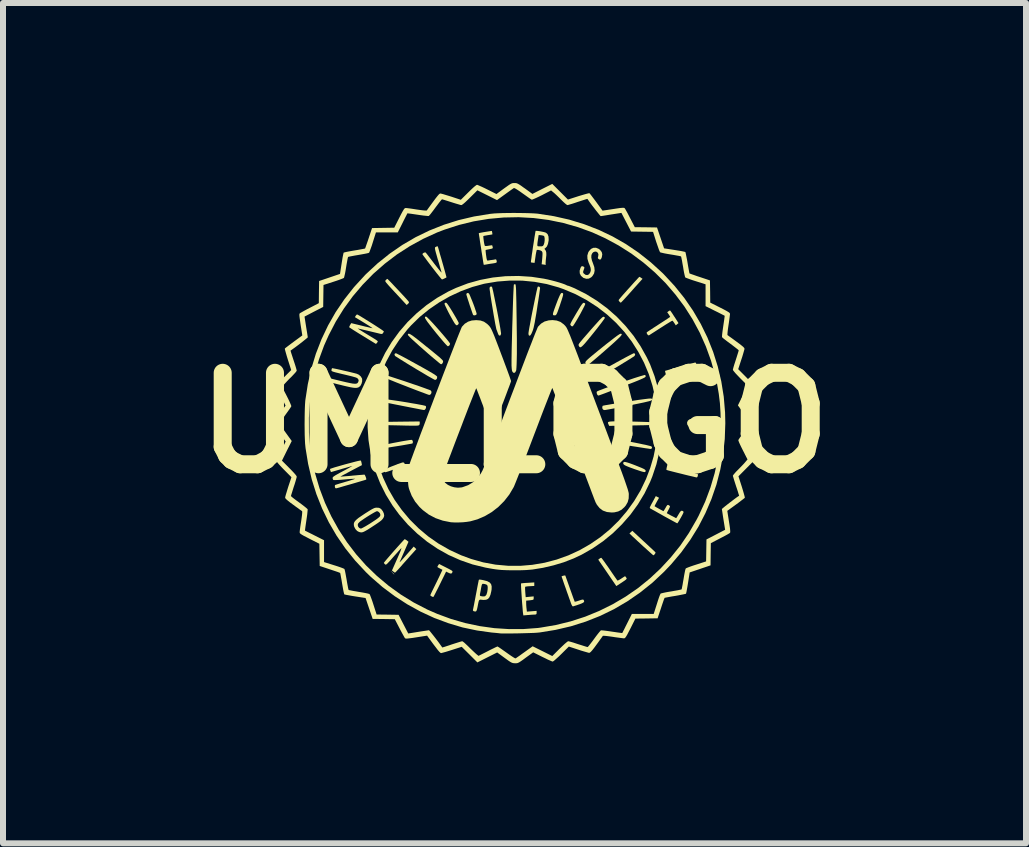
<source format=kicad_pcb>
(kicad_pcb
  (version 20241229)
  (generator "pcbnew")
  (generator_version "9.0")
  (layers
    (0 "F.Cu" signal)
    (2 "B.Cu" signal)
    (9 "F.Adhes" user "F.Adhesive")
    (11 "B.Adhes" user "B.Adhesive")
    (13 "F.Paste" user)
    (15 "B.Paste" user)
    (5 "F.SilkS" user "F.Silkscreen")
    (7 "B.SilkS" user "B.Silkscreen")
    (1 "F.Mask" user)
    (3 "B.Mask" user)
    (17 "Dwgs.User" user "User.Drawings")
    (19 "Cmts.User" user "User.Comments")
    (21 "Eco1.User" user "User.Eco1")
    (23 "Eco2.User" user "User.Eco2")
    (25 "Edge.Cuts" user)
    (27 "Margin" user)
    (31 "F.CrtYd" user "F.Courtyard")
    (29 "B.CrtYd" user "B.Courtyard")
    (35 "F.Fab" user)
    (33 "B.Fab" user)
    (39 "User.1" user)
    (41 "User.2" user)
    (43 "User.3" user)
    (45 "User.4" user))
  (footprint "UM_LOGO"
    (layer "F.Cu")
    (at 5.523 3.996)
    (property "Reference" "UM_LOGO" (at 0 0 0) (layer "F.SilkS") (effects (font (size 1.524 1.524) (thickness 0.3))))
    (attr board_only exclude_from_pos_files exclude_from_bom)
    (fp_poly (pts (xy -2.034 2.491) (xy -2.012 2.512) (xy -2.004 2.522) (xy -2.006 2.525) (xy -2.006 2.525) (xy -2.014 2.519) (xy -2.03 2.503) (xy -2.037 2.494) (xy -2.066 2.463)) (stroke (width 0) (type solid)) (fill yes) (layer "F.SilkS"))
    (fp_poly (pts (xy -2.902 -0.061) (xy -2.884 -0.048) (xy -2.868 -0.02) (xy -2.864 0.005) (xy -2.871 0.039) (xy -2.884 0.058) (xy -2.911 0.074) (xy -2.937 0.077) (xy -2.971 0.07) (xy -2.99 0.058) (xy -3.006 0.03) (xy -3.009 0.005) (xy -3.002 -0.03) (xy -2.99 -0.048) (xy -2.962 -0.064) (xy -2.937 -0.068)) (stroke (width 0) (type solid)) (fill yes) (layer "F.SilkS"))
    (fp_poly (pts (xy 3.08 -0.944) (xy 3.101 -0.938) (xy 3.127 -0.929) (xy 3.151 -0.92) (xy 3.161 -0.915) (xy 3.164 -0.906) (xy 3.169 -0.888) (xy 3.172 -0.87) (xy 3.168 -0.864) (xy 3.153 -0.867) (xy 3.125 -0.88) (xy 3.118 -0.883) (xy 3.091 -0.901) (xy 3.073 -0.92) (xy 3.067 -0.937) (xy 3.07 -0.945)) (stroke (width 0) (type solid)) (fill yes) (layer "F.SilkS"))
    (fp_poly (pts (xy 2.987 -0.059) (xy 3.014 -0.037) (xy 3.028 -0.007) (xy 3.029 0.005) (xy 3.023 0.028) (xy 3.009 0.052) (xy 3.009 0.052) (xy 2.981 0.072) (xy 2.948 0.078) (xy 2.914 0.07) (xy 2.895 0.055) (xy 2.877 0.024) (xy 2.875 -0.008) (xy 2.888 -0.037) (xy 2.913 -0.058) (xy 2.948 -0.068) (xy 2.954 -0.068)) (stroke (width 0) (type solid)) (fill yes) (layer "F.SilkS"))
    (fp_poly (pts (xy -1.838 0.666) (xy -1.83 0.684) (xy -1.835 0.704) (xy -1.846 0.711) (xy -1.872 0.723) (xy -1.909 0.738) (xy -1.952 0.755) (xy -2 0.773) (xy -2.047 0.789) (xy -2.09 0.804) (xy -2.125 0.815) (xy -2.149 0.822) (xy -2.156 0.822) (xy -2.169 0.815) (xy -2.174 0.807) (xy -2.173 0.788) (xy -2.166 0.779) (xy -2.153 0.771) (xy -2.125 0.758) (xy -2.086 0.741) (xy -2.041 0.723) (xy -1.993 0.705) (xy -1.947 0.687) (xy -1.907 0.673) (xy -1.875 0.662) (xy -1.857 0.658) (xy -1.855 0.658)) (stroke (width 0) (type solid)) (fill yes) (layer "F.SilkS"))
    (fp_poly (pts (xy -0.762 -2.158) (xy -0.761 -2.157) (xy -0.752 -2.142) (xy -0.739 -2.113) (xy -0.723 -2.074) (xy -0.704 -2.028) (xy -0.685 -1.979) (xy -0.667 -1.93) (xy -0.652 -1.885) (xy -0.639 -1.848) (xy -0.632 -1.822) (xy -0.631 -1.812) (xy -0.641 -1.799) (xy -0.66 -1.792) (xy -0.68 -1.792) (xy -0.692 -1.802) (xy -0.709 -1.85) (xy -0.727 -1.903) (xy -0.746 -1.958) (xy -0.763 -2.012) (xy -0.779 -2.06) (xy -0.791 -2.1) (xy -0.8 -2.129) (xy -0.803 -2.143) (xy -0.803 -2.143) (xy -0.796 -2.159) (xy -0.779 -2.165)) (stroke (width 0) (type solid)) (fill yes) (layer "F.SilkS"))
    (fp_poly (pts (xy 2.154 1.975) (xy 2.205 2.022) (xy 2.251 2.065) (xy 2.291 2.102) (xy 2.322 2.131) (xy 2.342 2.151) (xy 2.35 2.16) (xy 2.35 2.16) (xy 2.346 2.172) (xy 2.335 2.189) (xy 2.321 2.203) (xy 2.314 2.206) (xy 2.305 2.2) (xy 2.284 2.182) (xy 2.254 2.155) (xy 2.215 2.12) (xy 2.17 2.079) (xy 2.138 2.051) (xy 2.089 2.005) (xy 2.043 1.963) (xy 2.003 1.925) (xy 1.97 1.896) (xy 1.949 1.875) (xy 1.942 1.869) (xy 1.915 1.842) (xy 1.939 1.82) (xy 1.963 1.798)) (stroke (width 0) (type solid)) (fill yes) (layer "F.SilkS"))
    (fp_poly (pts (xy -1.133 -1.998) (xy -1.118 -1.981) (xy -1.098 -1.952) (xy -1.07 -1.909) (xy -1.034 -1.851) (xy -1.027 -1.839) (xy -0.997 -1.788) (xy -0.97 -1.742) (xy -0.949 -1.704) (xy -0.935 -1.677) (xy -0.929 -1.663) (xy -0.929 -1.662) (xy -0.937 -1.642) (xy -0.955 -1.628) (xy -0.965 -1.626) (xy -0.977 -1.633) (xy -0.993 -1.652) (xy -1 -1.662) (xy -1.024 -1.702) (xy -1.05 -1.748) (xy -1.077 -1.797) (xy -1.103 -1.846) (xy -1.126 -1.893) (xy -1.146 -1.934) (xy -1.16 -1.965) (xy -1.167 -1.985) (xy -1.167 -1.989) (xy -1.154 -2.001) (xy -1.143 -2.003)) (stroke (width 0) (type solid)) (fill yes) (layer "F.SilkS"))
    (fp_poly (pts (xy 1.849 0.652) (xy 1.877 0.659) (xy 1.917 0.672) (xy 1.972 0.692) (xy 2.011 0.707) (xy 2.073 0.732) (xy 2.12 0.751) (xy 2.152 0.766) (xy 2.173 0.779) (xy 2.183 0.79) (xy 2.185 0.8) (xy 2.184 0.807) (xy 2.179 0.815) (xy 2.172 0.819) (xy 2.158 0.819) (xy 2.137 0.815) (xy 2.105 0.806) (xy 2.061 0.791) (xy 2.001 0.771) (xy 1.985 0.765) (xy 1.921 0.742) (xy 1.874 0.723) (xy 1.841 0.708) (xy 1.821 0.694) (xy 1.812 0.681) (xy 1.811 0.668) (xy 1.813 0.662) (xy 1.819 0.654) (xy 1.83 0.65)) (stroke (width 0) (type solid)) (fill yes) (layer "F.SilkS"))
    (fp_poly (pts (xy -2.111 -2.393) (xy -2.092 -2.374) (xy -2.064 -2.346) (xy -2.03 -2.31) (xy -1.991 -2.268) (xy -1.949 -2.224) (xy -1.907 -2.179) (xy -1.866 -2.135) (xy -1.83 -2.096) (xy -1.799 -2.062) (xy -1.776 -2.036) (xy -1.764 -2.021) (xy -1.758 -2.008) (xy -1.765 -1.994) (xy -1.774 -1.985) (xy -1.797 -1.964) (xy -1.953 -2.133) (xy -2.011 -2.195) (xy -2.057 -2.245) (xy -2.093 -2.284) (xy -2.119 -2.314) (xy -2.137 -2.335) (xy -2.148 -2.35) (xy -2.153 -2.36) (xy -2.153 -2.367) (xy -2.15 -2.373) (xy -2.145 -2.379) (xy -2.143 -2.381) (xy -2.128 -2.395) (xy -2.119 -2.4)) (stroke (width 0) (type solid)) (fill yes) (layer "F.SilkS"))
    (fp_poly (pts (xy 0.798 -2.164) (xy 0.805 -2.16) (xy 0.81 -2.152) (xy 0.81 -2.139) (xy 0.806 -2.117) (xy 0.797 -2.086) (xy 0.783 -2.041) (xy 0.763 -1.982) (xy 0.756 -1.959) (xy 0.735 -1.9) (xy 0.72 -1.857) (xy 0.708 -1.827) (xy 0.698 -1.808) (xy 0.69 -1.798) (xy 0.681 -1.793) (xy 0.676 -1.792) (xy 0.655 -1.792) (xy 0.646 -1.796) (xy 0.641 -1.803) (xy 0.64 -1.814) (xy 0.643 -1.832) (xy 0.651 -1.858) (xy 0.664 -1.896) (xy 0.683 -1.948) (xy 0.698 -1.988) (xy 0.722 -2.051) (xy 0.742 -2.098) (xy 0.757 -2.131) (xy 0.769 -2.152) (xy 0.779 -2.163) (xy 0.789 -2.166)) (stroke (width 0) (type solid)) (fill yes) (layer "F.SilkS"))
    (fp_poly (pts (xy 1.155 -2.001) (xy 1.173 -1.993) (xy 1.178 -1.984) (xy 1.175 -1.97) (xy 1.163 -1.944) (xy 1.144 -1.907) (xy 1.121 -1.863) (xy 1.095 -1.814) (xy 1.067 -1.765) (xy 1.04 -1.718) (xy 1.014 -1.675) (xy 0.993 -1.641) (xy 0.977 -1.618) (xy 0.967 -1.608) (xy 0.967 -1.608) (xy 0.948 -1.612) (xy 0.941 -1.618) (xy 0.93 -1.636) (xy 0.929 -1.644) (xy 0.934 -1.656) (xy 0.947 -1.683) (xy 0.967 -1.72) (xy 0.994 -1.766) (xy 1.024 -1.817) (xy 1.032 -1.831) (xy 1.068 -1.89) (xy 1.095 -1.935) (xy 1.116 -1.966) (xy 1.131 -1.986) (xy 1.143 -1.997) (xy 1.152 -2.001)) (stroke (width 0) (type solid)) (fill yes) (layer "F.SilkS"))
    (fp_poly (pts (xy -1.579 -0.002) (xy -1.581 0.022) (xy -1.587 0.034) (xy -1.591 0.038) (xy -1.596 0.041) (xy -1.604 0.043) (xy -1.617 0.045) (xy -1.636 0.046) (xy -1.663 0.046) (xy -1.701 0.046) (xy -1.749 0.046) (xy -1.81 0.045) (xy -1.886 0.043) (xy -1.978 0.041) (xy -2.08 0.039) (xy -2.153 0.037) (xy -2.208 0.036) (xy -2.249 0.034) (xy -2.277 0.031) (xy -2.295 0.029) (xy -2.305 0.025) (xy -2.31 0.02) (xy -2.311 0.017) (xy -2.305 0.000044) (xy -2.292 -0.008) (xy -2.277 -0.01) (xy -2.245 -0.012) (xy -2.199 -0.014) (xy -2.14 -0.016) (xy -2.072 -0.018) (xy -1.996 -0.019) (xy -1.926 -0.02) (xy -1.582 -0.024)) (stroke (width 0) (type solid)) (fill yes) (layer "F.SilkS"))
    (fp_poly (pts (xy -1.462 -1.764) (xy -1.441 -1.744) (xy -1.411 -1.714) (xy -1.374 -1.675) (xy -1.333 -1.63) (xy -1.29 -1.582) (xy -1.246 -1.532) (xy -1.203 -1.482) (xy -1.163 -1.435) (xy -1.128 -1.393) (xy -1.1 -1.358) (xy -1.082 -1.333) (xy -1.074 -1.319) (xy -1.074 -1.318) (xy -1.082 -1.294) (xy -1.102 -1.279) (xy -1.113 -1.277) (xy -1.122 -1.285) (xy -1.142 -1.305) (xy -1.171 -1.337) (xy -1.207 -1.379) (xy -1.249 -1.429) (xy -1.295 -1.484) (xy -1.315 -1.509) (xy -1.371 -1.579) (xy -1.415 -1.636) (xy -1.449 -1.68) (xy -1.472 -1.714) (xy -1.487 -1.738) (xy -1.493 -1.755) (xy -1.492 -1.765) (xy -1.484 -1.77) (xy -1.473 -1.771)) (stroke (width 0) (type solid)) (fill yes) (layer "F.SilkS"))
    (fp_poly (pts (xy 1.743 -0.026) (xy 1.819 -0.024) (xy 1.914 -0.023) (xy 1.923 -0.023) (xy 2.005 -0.021) (xy 2.081 -0.019) (xy 2.15 -0.017) (xy 2.208 -0.015) (xy 2.255 -0.013) (xy 2.286 -0.011) (xy 2.301 -0.009) (xy 2.317 0.004) (xy 2.322 0.019) (xy 2.314 0.032) (xy 2.31 0.033) (xy 2.298 0.034) (xy 2.269 0.036) (xy 2.225 0.037) (xy 2.168 0.039) (xy 2.1 0.04) (xy 2.025 0.042) (xy 1.943 0.043) (xy 1.938 0.043) (xy 1.577 0.05) (xy 1.566 0.025) (xy 1.56 0.012) (xy 1.557 0.000416) (xy 1.557 -0.008) (xy 1.564 -0.015) (xy 1.578 -0.02) (xy 1.601 -0.023) (xy 1.635 -0.025) (xy 1.682 -0.026)) (stroke (width 0) (type solid)) (fill yes) (layer "F.SilkS"))
    (fp_poly (pts (xy 2.091 -2.429) (xy 2.109 -2.417) (xy 2.133 -2.4) (xy 2.108 -2.373) (xy 2.095 -2.358) (xy 2.071 -2.332) (xy 2.038 -2.295) (xy 1.999 -2.252) (xy 1.956 -2.203) (xy 1.931 -2.175) (xy 1.888 -2.127) (xy 1.849 -2.084) (xy 1.816 -2.048) (xy 1.79 -2.021) (xy 1.775 -2.006) (xy 1.771 -2.003) (xy 1.76 -2.009) (xy 1.747 -2.022) (xy 1.735 -2.038) (xy 1.738 -2.052) (xy 1.743 -2.058) (xy 1.757 -2.075) (xy 1.78 -2.102) (xy 1.811 -2.138) (xy 1.847 -2.178) (xy 1.887 -2.223) (xy 1.928 -2.268) (xy 1.967 -2.312) (xy 2.004 -2.353) (xy 2.036 -2.387) (xy 2.06 -2.414) (xy 2.076 -2.43) (xy 2.08 -2.434)) (stroke (width 0) (type solid)) (fill yes) (layer "F.SilkS"))
    (fp_poly (pts (xy -1.709 0.284) (xy -1.698 0.297) (xy -1.693 0.318) (xy -1.698 0.338) (xy -1.703 0.344) (xy -1.714 0.346) (xy -1.741 0.351) (xy -1.782 0.358) (xy -1.832 0.367) (xy -1.89 0.377) (xy -1.953 0.387) (xy -2.017 0.397) (xy -2.079 0.407) (xy -2.138 0.417) (xy -2.188 0.424) (xy -2.229 0.43) (xy -2.256 0.434) (xy -2.267 0.435) (xy -2.276 0.428) (xy -2.28 0.42) (xy -2.279 0.401) (xy -2.273 0.392) (xy -2.26 0.387) (xy -2.231 0.379) (xy -2.188 0.369) (xy -2.136 0.358) (xy -2.077 0.346) (xy -2.013 0.333) (xy -1.949 0.321) (xy -1.887 0.309) (xy -1.829 0.299) (xy -1.78 0.291) (xy -1.741 0.285) (xy -1.716 0.283)) (stroke (width 0) (type solid)) (fill yes) (layer "F.SilkS"))
    (fp_poly (pts (xy 1.454 2.257) (xy 1.471 2.279) (xy 1.496 2.313) (xy 1.526 2.356) (xy 1.561 2.405) (xy 1.582 2.436) (xy 1.618 2.489) (xy 1.651 2.537) (xy 1.678 2.576) (xy 1.699 2.606) (xy 1.712 2.624) (xy 1.714 2.627) (xy 1.725 2.625) (xy 1.747 2.614) (xy 1.775 2.597) (xy 1.779 2.594) (xy 1.808 2.575) (xy 1.83 2.561) (xy 1.841 2.555) (xy 1.842 2.555) (xy 1.849 2.562) (xy 1.861 2.578) (xy 1.866 2.586) (xy 1.869 2.594) (xy 1.865 2.602) (xy 1.855 2.612) (xy 1.836 2.627) (xy 1.806 2.647) (xy 1.764 2.675) (xy 1.721 2.703) (xy 1.696 2.719) (xy 1.546 2.499) (xy 1.395 2.279) (xy 1.416 2.262) (xy 1.434 2.251) (xy 1.446 2.248)) (stroke (width 0) (type solid)) (fill yes) (layer "F.SilkS"))
    (fp_poly (pts (xy 1.725 0.279) (xy 1.766 0.285) (xy 1.818 0.294) (xy 1.878 0.305) (xy 1.942 0.317) (xy 2.008 0.33) (xy 2.073 0.343) (xy 2.133 0.356) (xy 2.188 0.367) (xy 2.232 0.378) (xy 2.264 0.386) (xy 2.281 0.392) (xy 2.282 0.392) (xy 2.291 0.41) (xy 2.286 0.427) (xy 2.269 0.435) (xy 2.267 0.434) (xy 2.253 0.433) (xy 2.223 0.428) (xy 2.179 0.422) (xy 2.123 0.413) (xy 2.059 0.403) (xy 1.988 0.392) (xy 1.974 0.39) (xy 1.903 0.378) (xy 1.838 0.367) (xy 1.781 0.357) (xy 1.735 0.348) (xy 1.703 0.342) (xy 1.687 0.337) (xy 1.686 0.336) (xy 1.676 0.319) (xy 1.675 0.297) (xy 1.681 0.279) (xy 1.684 0.275) (xy 1.697 0.275)) (stroke (width 0) (type solid)) (fill yes) (layer "F.SilkS"))
    (fp_poly (pts (xy -1.751 -1.484) (xy -1.73 -1.473) (xy -1.7 -1.454) (xy -1.66 -1.424) (xy -1.608 -1.384) (xy -1.546 -1.334) (xy -1.463 -1.267) (xy -1.394 -1.212) (xy -1.338 -1.166) (xy -1.293 -1.129) (xy -1.258 -1.1) (xy -1.232 -1.077) (xy -1.214 -1.059) (xy -1.201 -1.046) (xy -1.194 -1.037) (xy -1.191 -1.029) (xy -1.19 -1.022) (xy -1.19 -1.022) (xy -1.197 -0.997) (xy -1.214 -0.98) (xy -1.225 -0.977) (xy -1.235 -0.983) (xy -1.258 -1.001) (xy -1.291 -1.029) (xy -1.335 -1.065) (xy -1.386 -1.108) (xy -1.443 -1.157) (xy -1.504 -1.211) (xy -1.509 -1.215) (xy -1.59 -1.286) (xy -1.656 -1.346) (xy -1.709 -1.394) (xy -1.747 -1.431) (xy -1.77 -1.456) (xy -1.778 -1.469) (xy -1.778 -1.469) (xy -1.774 -1.481) (xy -1.766 -1.486)) (stroke (width 0) (type solid)) (fill yes) (layer "F.SilkS"))
    (fp_poly (pts (xy 1.484 -1.769) (xy 1.501 -1.76) (xy 1.505 -1.749) (xy 1.499 -1.738) (xy 1.482 -1.714) (xy 1.456 -1.678) (xy 1.422 -1.634) (xy 1.382 -1.582) (xy 1.337 -1.525) (xy 1.313 -1.495) (xy 1.256 -1.425) (xy 1.21 -1.369) (xy 1.173 -1.325) (xy 1.144 -1.294) (xy 1.122 -1.273) (xy 1.105 -1.262) (xy 1.093 -1.259) (xy 1.084 -1.264) (xy 1.076 -1.274) (xy 1.073 -1.281) (xy 1.069 -1.288) (xy 1.067 -1.295) (xy 1.067 -1.302) (xy 1.071 -1.312) (xy 1.079 -1.325) (xy 1.093 -1.344) (xy 1.115 -1.37) (xy 1.144 -1.405) (xy 1.183 -1.45) (xy 1.233 -1.507) (xy 1.276 -1.557) (xy 1.333 -1.621) (xy 1.379 -1.672) (xy 1.414 -1.711) (xy 1.442 -1.739) (xy 1.461 -1.757) (xy 1.475 -1.766) (xy 1.484 -1.769)) (stroke (width 0) (type solid)) (fill yes) (layer "F.SilkS"))
    (fp_poly (pts (xy 1.778 -1.484) (xy 1.785 -1.48) (xy 1.786 -1.471) (xy 1.778 -1.457) (xy 1.761 -1.436) (xy 1.733 -1.409) (xy 1.695 -1.373) (xy 1.645 -1.327) (xy 1.582 -1.271) (xy 1.508 -1.206) (xy 1.445 -1.151) (xy 1.386 -1.1) (xy 1.333 -1.055) (xy 1.288 -1.017) (xy 1.253 -0.987) (xy 1.228 -0.967) (xy 1.215 -0.958) (xy 1.214 -0.958) (xy 1.199 -0.964) (xy 1.192 -0.97) (xy 1.183 -0.988) (xy 1.18 -1.006) (xy 1.182 -1.015) (xy 1.189 -1.025) (xy 1.201 -1.04) (xy 1.221 -1.059) (xy 1.249 -1.084) (xy 1.288 -1.117) (xy 1.338 -1.158) (xy 1.4 -1.209) (xy 1.462 -1.259) (xy 1.538 -1.32) (xy 1.605 -1.372) (xy 1.662 -1.416) (xy 1.707 -1.45) (xy 1.74 -1.472) (xy 1.76 -1.484) (xy 1.764 -1.485)) (stroke (width 0) (type solid)) (fill yes) (layer "F.SilkS"))
    (fp_poly (pts (xy 0.418 -2.265) (xy 0.426 -2.248) (xy 0.426 -2.248) (xy 0.424 -2.235) (xy 0.42 -2.205) (xy 0.414 -2.16) (xy 0.406 -2.104) (xy 0.396 -2.038) (xy 0.384 -1.965) (xy 0.377 -1.916) (xy 0.362 -1.819) (xy 0.348 -1.74) (xy 0.337 -1.675) (xy 0.326 -1.623) (xy 0.317 -1.582) (xy 0.307 -1.549) (xy 0.3 -1.529) (xy 0.281 -1.485) (xy 0.265 -1.46) (xy 0.25 -1.452) (xy 0.239 -1.458) (xy 0.234 -1.471) (xy 0.232 -1.492) (xy 0.234 -1.509) (xy 0.239 -1.542) (xy 0.247 -1.588) (xy 0.258 -1.645) (xy 0.27 -1.71) (xy 0.283 -1.78) (xy 0.298 -1.855) (xy 0.313 -1.929) (xy 0.328 -2.003) (xy 0.342 -2.072) (xy 0.355 -2.134) (xy 0.366 -2.187) (xy 0.376 -2.229) (xy 0.382 -2.256) (xy 0.386 -2.267) (xy 0.402 -2.273)) (stroke (width 0) (type solid)) (fill yes) (layer "F.SilkS"))
    (fp_poly (pts (xy -2.237 -0.406) (xy -2.195 -0.401) (xy -2.141 -0.394) (xy -2.077 -0.385) (xy -2.007 -0.375) (xy -1.933 -0.364) (xy -1.857 -0.352) (xy -1.782 -0.34) (xy -1.71 -0.327) (xy -1.643 -0.316) (xy -1.584 -0.305) (xy -1.536 -0.296) (xy -1.501 -0.288) (xy -1.481 -0.282) (xy -1.478 -0.28) (xy -1.474 -0.26) (xy -1.48 -0.237) (xy -1.493 -0.22) (xy -1.507 -0.214) (xy -1.52 -0.216) (xy -1.55 -0.221) (xy -1.594 -0.23) (xy -1.651 -0.241) (xy -1.719 -0.254) (xy -1.795 -0.269) (xy -1.877 -0.285) (xy -1.901 -0.29) (xy -1.998 -0.309) (xy -2.077 -0.325) (xy -2.14 -0.338) (xy -2.189 -0.349) (xy -2.226 -0.358) (xy -2.252 -0.365) (xy -2.269 -0.371) (xy -2.278 -0.376) (xy -2.282 -0.381) (xy -2.282 -0.382) (xy -2.281 -0.4) (xy -2.277 -0.407) (xy -2.265 -0.408)) (stroke (width 0) (type solid)) (fill yes) (layer "F.SilkS"))
    (fp_poly (pts (xy -1.965 -1.156) (xy -1.938 -1.142) (xy -1.898 -1.122) (xy -1.847 -1.095) (xy -1.786 -1.062) (xy -1.719 -1.025) (xy -1.646 -0.985) (xy -1.626 -0.974) (xy -1.539 -0.926) (xy -1.468 -0.886) (xy -1.411 -0.853) (xy -1.367 -0.827) (xy -1.334 -0.807) (xy -1.312 -0.791) (xy -1.297 -0.779) (xy -1.29 -0.771) (xy -1.289 -0.766) (xy -1.292 -0.74) (xy -1.307 -0.721) (xy -1.324 -0.716) (xy -1.336 -0.721) (xy -1.362 -0.735) (xy -1.401 -0.757) (xy -1.451 -0.785) (xy -1.509 -0.82) (xy -1.575 -0.859) (xy -1.646 -0.901) (xy -1.658 -0.909) (xy -1.73 -0.952) (xy -1.797 -0.993) (xy -1.856 -1.03) (xy -1.908 -1.062) (xy -1.948 -1.088) (xy -1.977 -1.106) (xy -1.99 -1.115) (xy -1.991 -1.116) (xy -2 -1.135) (xy -1.996 -1.152) (xy -1.98 -1.16) (xy -1.977 -1.16)) (stroke (width 0) (type solid)) (fill yes) (layer "F.SilkS"))
    (fp_poly (pts (xy -1.142 2.409) (xy -1.095 2.433) (xy -1.064 2.45) (xy -1.044 2.462) (xy -1.035 2.471) (xy -1.033 2.48) (xy -1.036 2.489) (xy -1.037 2.492) (xy -1.047 2.507) (xy -1.061 2.511) (xy -1.084 2.505) (xy -1.114 2.491) (xy -1.14 2.478) (xy -1.244 2.69) (xy -1.273 2.749) (xy -1.3 2.801) (xy -1.322 2.845) (xy -1.339 2.878) (xy -1.351 2.898) (xy -1.354 2.902) (xy -1.366 2.898) (xy -1.381 2.891) (xy -1.398 2.88) (xy -1.403 2.872) (xy -1.399 2.86) (xy -1.388 2.836) (xy -1.372 2.802) (xy -1.358 2.774) (xy -1.336 2.729) (xy -1.309 2.674) (xy -1.28 2.615) (xy -1.257 2.567) (xy -1.201 2.448) (xy -1.242 2.427) (xy -1.269 2.413) (xy -1.283 2.404) (xy -1.285 2.395) (xy -1.278 2.383) (xy -1.274 2.376) (xy -1.257 2.351)) (stroke (width 0) (type solid)) (fill yes) (layer "F.SilkS"))
    (fp_poly (pts (xy 2.184 -0.786) (xy 2.185 -0.773) (xy 2.182 -0.767) (xy 2.174 -0.76) (xy 2.159 -0.751) (xy 2.136 -0.74) (xy 2.102 -0.725) (xy 2.058 -0.706) (xy 2.001 -0.683) (xy 1.929 -0.655) (xy 1.841 -0.621) (xy 1.796 -0.604) (xy 1.713 -0.572) (xy 1.637 -0.543) (xy 1.567 -0.517) (xy 1.507 -0.494) (xy 1.458 -0.476) (xy 1.422 -0.463) (xy 1.401 -0.456) (xy 1.396 -0.455) (xy 1.384 -0.463) (xy 1.373 -0.481) (xy 1.368 -0.508) (xy 1.372 -0.522) (xy 1.383 -0.528) (xy 1.409 -0.54) (xy 1.45 -0.555) (xy 1.502 -0.575) (xy 1.563 -0.597) (xy 1.631 -0.621) (xy 1.704 -0.647) (xy 1.779 -0.673) (xy 1.853 -0.698) (xy 1.925 -0.722) (xy 1.992 -0.745) (xy 2.052 -0.764) (xy 2.103 -0.78) (xy 2.142 -0.791) (xy 2.167 -0.798) (xy 2.175 -0.799)) (stroke (width 0) (type solid)) (fill yes) (layer "F.SilkS"))
    (fp_poly (pts (xy -2.154 -0.797) (xy -2.126 -0.789) (xy -2.085 -0.777) (xy -2.033 -0.76) (xy -1.972 -0.74) (xy -1.905 -0.718) (xy -1.834 -0.695) (xy -1.761 -0.67) (xy -1.688 -0.645) (xy -1.618 -0.622) (xy -1.554 -0.599) (xy -1.498 -0.579) (xy -1.452 -0.562) (xy -1.418 -0.55) (xy -1.399 -0.541) (xy -1.396 -0.54) (xy -1.384 -0.52) (xy -1.385 -0.497) (xy -1.397 -0.476) (xy -1.416 -0.466) (xy -1.422 -0.466) (xy -1.434 -0.469) (xy -1.462 -0.479) (xy -1.504 -0.495) (xy -1.558 -0.515) (xy -1.622 -0.539) (xy -1.695 -0.567) (xy -1.773 -0.597) (xy -1.805 -0.61) (xy -1.898 -0.646) (xy -1.974 -0.676) (xy -2.035 -0.701) (xy -2.083 -0.72) (xy -2.119 -0.736) (xy -2.145 -0.749) (xy -2.162 -0.758) (xy -2.171 -0.766) (xy -2.175 -0.772) (xy -2.175 -0.773) (xy -2.172 -0.792) (xy -2.165 -0.799)) (stroke (width 0) (type solid)) (fill yes) (layer "F.SilkS"))
    (fp_poly (pts (xy -0.376 -2.267) (xy -0.376 -2.267) (xy -0.372 -2.255) (xy -0.365 -2.227) (xy -0.355 -2.185) (xy -0.344 -2.131) (xy -0.331 -2.068) (xy -0.317 -1.998) (xy -0.302 -1.925) (xy -0.287 -1.849) (xy -0.273 -1.775) (xy -0.26 -1.704) (xy -0.248 -1.639) (xy -0.238 -1.582) (xy -0.231 -1.536) (xy -0.226 -1.503) (xy -0.224 -1.486) (xy -0.225 -1.485) (xy -0.232 -1.461) (xy -0.246 -1.453) (xy -0.262 -1.461) (xy -0.271 -1.477) (xy -0.281 -1.503) (xy -0.293 -1.536) (xy -0.3 -1.553) (xy -0.305 -1.571) (xy -0.312 -1.606) (xy -0.322 -1.654) (xy -0.332 -1.712) (xy -0.344 -1.779) (xy -0.356 -1.85) (xy -0.368 -1.923) (xy -0.38 -1.995) (xy -0.391 -2.064) (xy -0.401 -2.126) (xy -0.408 -2.179) (xy -0.414 -2.219) (xy -0.416 -2.244) (xy -0.416 -2.248) (xy -0.409 -2.265) (xy -0.393 -2.273)) (stroke (width 0) (type solid)) (fill yes) (layer "F.SilkS"))
    (fp_poly (pts (xy 2.279 -0.405) (xy 2.29 -0.401) (xy 2.293 -0.396) (xy 2.292 -0.388) (xy 2.287 -0.38) (xy 2.28 -0.374) (xy 2.264 -0.368) (xy 2.238 -0.36) (xy 2.199 -0.351) (xy 2.148 -0.339) (xy 2.081 -0.325) (xy 1.998 -0.308) (xy 1.9 -0.288) (xy 1.817 -0.272) (xy 1.739 -0.257) (xy 1.669 -0.243) (xy 1.608 -0.232) (xy 1.559 -0.223) (xy 1.525 -0.217) (xy 1.506 -0.214) (xy 1.504 -0.213) (xy 1.482 -0.218) (xy 1.473 -0.224) (xy 1.463 -0.243) (xy 1.462 -0.266) (xy 1.469 -0.284) (xy 1.471 -0.286) (xy 1.483 -0.288) (xy 1.511 -0.294) (xy 1.555 -0.301) (xy 1.611 -0.311) (xy 1.679 -0.322) (xy 1.755 -0.334) (xy 1.838 -0.347) (xy 1.88 -0.354) (xy 1.982 -0.37) (xy 2.066 -0.383) (xy 2.135 -0.392) (xy 2.189 -0.399) (xy 2.23 -0.404) (xy 2.259 -0.406)) (stroke (width 0) (type solid)) (fill yes) (layer "F.SilkS"))
    (fp_poly (pts (xy 2.005 -1.154) (xy 2.01 -1.137) (xy 2.001 -1.118) (xy 1.997 -1.113) (xy 1.985 -1.104) (xy 1.958 -1.087) (xy 1.92 -1.063) (xy 1.872 -1.033) (xy 1.816 -0.999) (xy 1.755 -0.961) (xy 1.69 -0.922) (xy 1.624 -0.882) (xy 1.559 -0.843) (xy 1.497 -0.806) (xy 1.441 -0.772) (xy 1.391 -0.743) (xy 1.351 -0.72) (xy 1.323 -0.704) (xy 1.308 -0.697) (xy 1.307 -0.697) (xy 1.295 -0.704) (xy 1.287 -0.717) (xy 1.281 -0.729) (xy 1.278 -0.739) (xy 1.279 -0.75) (xy 1.286 -0.762) (xy 1.299 -0.776) (xy 1.321 -0.792) (xy 1.353 -0.813) (xy 1.396 -0.839) (xy 1.452 -0.871) (xy 1.521 -0.91) (xy 1.605 -0.956) (xy 1.629 -0.969) (xy 1.704 -1.011) (xy 1.774 -1.049) (xy 1.838 -1.084) (xy 1.893 -1.113) (xy 1.937 -1.136) (xy 1.969 -1.152) (xy 1.987 -1.16) (xy 1.989 -1.161)) (stroke (width 0) (type solid)) (fill yes) (layer "F.SilkS"))
    (fp_poly (pts (xy 2.601 -1.863) (xy 2.617 -1.84) (xy 2.639 -1.807) (xy 2.664 -1.768) (xy 2.667 -1.765) (xy 2.732 -1.662) (xy 2.687 -1.625) (xy 2.662 -1.664) (xy 2.646 -1.687) (xy 2.633 -1.701) (xy 2.629 -1.703) (xy 2.619 -1.698) (xy 2.595 -1.684) (xy 2.559 -1.662) (xy 2.515 -1.635) (xy 2.464 -1.602) (xy 2.435 -1.584) (xy 2.381 -1.549) (xy 2.333 -1.518) (xy 2.292 -1.492) (xy 2.261 -1.472) (xy 2.242 -1.46) (xy 2.239 -1.458) (xy 2.226 -1.461) (xy 2.212 -1.476) (xy 2.211 -1.477) (xy 2.202 -1.496) (xy 2.203 -1.509) (xy 2.203 -1.509) (xy 2.213 -1.516) (xy 2.237 -1.532) (xy 2.273 -1.556) (xy 2.317 -1.585) (xy 2.369 -1.618) (xy 2.402 -1.64) (xy 2.456 -1.675) (xy 2.504 -1.706) (xy 2.544 -1.732) (xy 2.573 -1.752) (xy 2.59 -1.764) (xy 2.593 -1.767) (xy 2.588 -1.777) (xy 2.576 -1.797) (xy 2.569 -1.808) (xy 2.544 -1.843) (xy 2.565 -1.86) (xy 2.583 -1.871) (xy 2.593 -1.872)) (stroke (width 0) (type solid)) (fill yes) (layer "F.SilkS"))
    (fp_poly (pts (xy 0.012 -2.31) (xy 0.016 -2.306) (xy 0.019 -2.295) (xy 0.021 -2.276) (xy 0.024 -2.247) (xy 0.026 -2.206) (xy 0.027 -2.152) (xy 0.029 -2.083) (xy 0.031 -1.998) (xy 0.032 -1.919) (xy 0.035 -1.727) (xy 0.037 -1.554) (xy 0.039 -1.401) (xy 0.039 -1.266) (xy 0.039 -1.151) (xy 0.037 -1.055) (xy 0.035 -0.979) (xy 0.032 -0.922) (xy 0.029 -0.883) (xy 0.025 -0.866) (xy 0.009 -0.84) (xy -0.009 -0.832) (xy -0.023 -0.839) (xy -0.03 -0.846) (xy -0.035 -0.854) (xy -0.04 -0.864) (xy -0.043 -0.878) (xy -0.046 -0.897) (xy -0.048 -0.923) (xy -0.05 -0.956) (xy -0.05 -0.998) (xy -0.05 -1.051) (xy -0.049 -1.116) (xy -0.048 -1.193) (xy -0.046 -1.286) (xy -0.043 -1.394) (xy -0.04 -1.519) (xy -0.038 -1.602) (xy -0.034 -1.717) (xy -0.031 -1.825) (xy -0.028 -1.927) (xy -0.025 -2.02) (xy -0.022 -2.102) (xy -0.019 -2.173) (xy -0.016 -2.23) (xy -0.014 -2.273) (xy -0.012 -2.298) (xy -0.01 -2.306) (xy 0.006 -2.311)) (stroke (width 0) (type solid)) (fill yes) (layer "F.SilkS"))
    (fp_poly (pts (xy 0.845 2.543) (xy 0.85 2.554) (xy 0.859 2.58) (xy 0.873 2.619) (xy 0.891 2.669) (xy 0.911 2.726) (xy 0.924 2.763) (xy 0.946 2.823) (xy 0.965 2.877) (xy 0.981 2.922) (xy 0.994 2.956) (xy 1.001 2.976) (xy 1.003 2.98) (xy 1.013 2.979) (xy 1.037 2.973) (xy 1.069 2.963) (xy 1.075 2.961) (xy 1.11 2.949) (xy 1.132 2.944) (xy 1.145 2.945) (xy 1.152 2.951) (xy 1.152 2.951) (xy 1.16 2.969) (xy 1.158 2.983) (xy 1.145 2.995) (xy 1.117 3.009) (xy 1.073 3.026) (xy 1.071 3.026) (xy 1.031 3.04) (xy 0.998 3.05) (xy 0.977 3.057) (xy 0.971 3.058) (xy 0.961 3.049) (xy 0.95 3.029) (xy 0.945 3.017) (xy 0.937 2.995) (xy 0.925 2.961) (xy 0.909 2.917) (xy 0.891 2.865) (xy 0.871 2.81) (xy 0.852 2.754) (xy 0.832 2.699) (xy 0.815 2.65) (xy 0.801 2.608) (xy 0.79 2.578) (xy 0.784 2.561) (xy 0.784 2.559) (xy 0.792 2.553) (xy 0.81 2.547) (xy 0.831 2.543) (xy 0.844 2.542)) (stroke (width 0) (type solid)) (fill yes) (layer "F.SilkS"))
    (fp_poly (pts (xy 0.329 2.717) (xy 0.257 2.721) (xy 0.221 2.723) (xy 0.194 2.727) (xy 0.179 2.73) (xy 0.178 2.731) (xy 0.176 2.743) (xy 0.176 2.769) (xy 0.178 2.805) (xy 0.179 2.821) (xy 0.186 2.904) (xy 0.252 2.897) (xy 0.319 2.891) (xy 0.319 2.92) (xy 0.318 2.936) (xy 0.313 2.945) (xy 0.298 2.95) (xy 0.271 2.954) (xy 0.256 2.956) (xy 0.194 2.962) (xy 0.194 3.003) (xy 0.195 3.038) (xy 0.198 3.078) (xy 0.2 3.094) (xy 0.206 3.145) (xy 0.368 3.132) (xy 0.368 3.163) (xy 0.366 3.184) (xy 0.355 3.192) (xy 0.336 3.194) (xy 0.311 3.195) (xy 0.275 3.197) (xy 0.233 3.201) (xy 0.226 3.201) (xy 0.147 3.208) (xy 0.141 3.169) (xy 0.138 3.142) (xy 0.135 3.102) (xy 0.131 3.052) (xy 0.126 2.996) (xy 0.122 2.936) (xy 0.118 2.876) (xy 0.114 2.818) (xy 0.111 2.766) (xy 0.109 2.723) (xy 0.108 2.692) (xy 0.108 2.677) (xy 0.108 2.676) (xy 0.119 2.673) (xy 0.145 2.67) (xy 0.182 2.667) (xy 0.221 2.665) (xy 0.329 2.658)) (stroke (width 0) (type solid)) (fill yes) (layer "F.SilkS"))
    (fp_poly (pts (xy -3.029 -0.91) (xy -3.001 -0.905) (xy -2.96 -0.897) (xy -2.906 -0.885) (xy -2.842 -0.87) (xy -2.77 -0.854) (xy -2.693 -0.835) (xy -2.63 -0.819) (xy -2.593 -0.802) (xy -2.562 -0.774) (xy -2.542 -0.741) (xy -2.539 -0.73) (xy -2.539 -0.691) (xy -2.55 -0.651) (xy -2.569 -0.616) (xy -2.594 -0.595) (xy -2.611 -0.588) (xy -2.631 -0.584) (xy -2.655 -0.583) (xy -2.687 -0.586) (xy -2.73 -0.593) (xy -2.784 -0.605) (xy -2.853 -0.621) (xy -2.896 -0.632) (xy -2.955 -0.646) (xy -3.007 -0.66) (xy -3.05 -0.672) (xy -3.08 -0.681) (xy -3.095 -0.687) (xy -3.096 -0.688) (xy -3.093 -0.702) (xy -3.087 -0.719) (xy -3.078 -0.743) (xy -2.882 -0.695) (xy -2.805 -0.677) (xy -2.744 -0.664) (xy -2.698 -0.655) (xy -2.663 -0.652) (xy -2.639 -0.653) (xy -2.622 -0.659) (xy -2.611 -0.67) (xy -2.605 -0.68) (xy -2.597 -0.703) (xy -2.601 -0.72) (xy -2.606 -0.73) (xy -2.612 -0.737) (xy -2.619 -0.744) (xy -2.629 -0.75) (xy -2.646 -0.757) (xy -2.67 -0.764) (xy -2.705 -0.774) (xy -2.753 -0.786) (xy -2.815 -0.801) (xy -2.879 -0.816) (xy -2.94 -0.831) (xy -2.985 -0.842) (xy -3.016 -0.851) (xy -3.035 -0.858) (xy -3.046 -0.864) (xy -3.05 -0.871) (xy -3.05 -0.879) (xy -3.05 -0.881) (xy -3.045 -0.902) (xy -3.04 -0.911)) (stroke (width 0) (type solid)) (fill yes) (layer "F.SilkS"))
    (fp_poly (pts (xy 1.4 -2.901) (xy 1.427 -2.88) (xy 1.453 -2.846) (xy 1.462 -2.809) (xy 1.455 -2.764) (xy 1.45 -2.749) (xy 1.438 -2.726) (xy 1.421 -2.72) (xy 1.4 -2.731) (xy 1.389 -2.743) (xy 1.389 -2.758) (xy 1.394 -2.775) (xy 1.398 -2.808) (xy 1.388 -2.834) (xy 1.367 -2.851) (xy 1.342 -2.855) (xy 1.314 -2.845) (xy 1.297 -2.829) (xy 1.281 -2.797) (xy 1.279 -2.756) (xy 1.29 -2.705) (xy 1.306 -2.662) (xy 1.329 -2.596) (xy 1.335 -2.538) (xy 1.325 -2.489) (xy 1.298 -2.446) (xy 1.277 -2.425) (xy 1.238 -2.404) (xy 1.195 -2.401) (xy 1.151 -2.415) (xy 1.145 -2.418) (xy 1.107 -2.451) (xy 1.087 -2.49) (xy 1.085 -2.535) (xy 1.098 -2.579) (xy 1.111 -2.604) (xy 1.126 -2.612) (xy 1.148 -2.605) (xy 1.151 -2.603) (xy 1.161 -2.596) (xy 1.164 -2.586) (xy 1.159 -2.567) (xy 1.153 -2.551) (xy 1.144 -2.524) (xy 1.143 -2.508) (xy 1.149 -2.495) (xy 1.155 -2.488) (xy 1.185 -2.466) (xy 1.214 -2.463) (xy 1.241 -2.476) (xy 1.261 -2.506) (xy 1.266 -2.521) (xy 1.271 -2.543) (xy 1.27 -2.564) (xy 1.265 -2.591) (xy 1.252 -2.626) (xy 1.234 -2.67) (xy 1.215 -2.733) (xy 1.213 -2.788) (xy 1.228 -2.84) (xy 1.241 -2.862) (xy 1.275 -2.899) (xy 1.314 -2.917) (xy 1.357 -2.918)) (stroke (width 0) (type solid)) (fill yes) (layer "F.SilkS"))
    (fp_poly (pts (xy -1.277 -2.938) (xy -1.277 -2.938) (xy -1.275 -2.928) (xy -1.267 -2.902) (xy -1.256 -2.862) (xy -1.242 -2.811) (xy -1.224 -2.751) (xy -1.205 -2.684) (xy -1.204 -2.68) (xy -1.185 -2.614) (xy -1.168 -2.553) (xy -1.154 -2.502) (xy -1.143 -2.462) (xy -1.136 -2.435) (xy -1.134 -2.424) (xy -1.134 -2.424) (xy -1.148 -2.416) (xy -1.17 -2.405) (xy -1.192 -2.395) (xy -1.207 -2.39) (xy -1.208 -2.39) (xy -1.217 -2.397) (xy -1.235 -2.418) (xy -1.261 -2.45) (xy -1.295 -2.492) (xy -1.333 -2.541) (xy -1.374 -2.594) (xy -1.416 -2.649) (xy -1.454 -2.699) (xy -1.486 -2.743) (xy -1.512 -2.777) (xy -1.528 -2.8) (xy -1.535 -2.81) (xy -1.53 -2.821) (xy -1.515 -2.833) (xy -1.496 -2.84) (xy -1.481 -2.839) (xy -1.48 -2.838) (xy -1.472 -2.828) (xy -1.454 -2.806) (xy -1.428 -2.772) (xy -1.396 -2.73) (xy -1.359 -2.682) (xy -1.34 -2.656) (xy -1.302 -2.608) (xy -1.27 -2.567) (xy -1.243 -2.534) (xy -1.225 -2.513) (xy -1.215 -2.505) (xy -1.215 -2.506) (xy -1.22 -2.523) (xy -1.229 -2.554) (xy -1.242 -2.598) (xy -1.257 -2.651) (xy -1.274 -2.71) (xy -1.279 -2.724) (xy -1.297 -2.789) (xy -1.311 -2.838) (xy -1.32 -2.873) (xy -1.325 -2.898) (xy -1.326 -2.913) (xy -1.324 -2.923) (xy -1.32 -2.929) (xy -1.319 -2.929) (xy -1.301 -2.938) (xy -1.285 -2.942)) (stroke (width 0) (type solid)) (fill yes) (layer "F.SilkS"))
    (fp_poly (pts (xy -1.82 1.942) (xy -1.8 1.954) (xy -1.795 1.958) (xy -1.767 1.981) (xy -1.838 2.145) (xy -1.861 2.197) (xy -1.881 2.243) (xy -1.897 2.28) (xy -1.909 2.305) (xy -1.913 2.315) (xy -1.916 2.322) (xy -1.911 2.319) (xy -1.896 2.305) (xy -1.873 2.28) (xy -1.838 2.241) (xy -1.795 2.192) (xy -1.68 2.061) (xy -1.658 2.082) (xy -1.636 2.103) (xy -1.706 2.181) (xy -1.739 2.217) (xy -1.779 2.263) (xy -1.824 2.313) (xy -1.868 2.362) (xy -1.881 2.378) (xy -1.917 2.418) (xy -1.948 2.452) (xy -1.972 2.478) (xy -1.988 2.493) (xy -1.992 2.496) (xy -2.003 2.49) (xy -2.02 2.477) (xy -2.042 2.459) (xy -1.955 2.263) (xy -1.925 2.195) (xy -1.903 2.144) (xy -1.89 2.109) (xy -1.885 2.091) (xy -1.888 2.088) (xy -1.89 2.09) (xy -1.904 2.105) (xy -1.928 2.132) (xy -1.959 2.167) (xy -1.996 2.208) (xy -2.027 2.243) (xy -2.067 2.289) (xy -2.098 2.322) (xy -2.119 2.344) (xy -2.134 2.357) (xy -2.144 2.362) (xy -2.152 2.361) (xy -2.159 2.355) (xy -2.159 2.355) (xy -2.173 2.34) (xy -2.177 2.332) (xy -2.171 2.323) (xy -2.154 2.302) (xy -2.128 2.271) (xy -2.095 2.233) (xy -2.058 2.19) (xy -2.018 2.144) (xy -1.977 2.098) (xy -1.937 2.053) (xy -1.901 2.013) (xy -1.87 1.979) (xy -1.847 1.954) (xy -1.833 1.94) (xy -1.831 1.938)) (stroke (width 0) (type solid)) (fill yes) (layer "F.SilkS"))
    (fp_poly (pts (xy -0.567 2.612) (xy -0.532 2.618) (xy -0.513 2.622) (xy -0.456 2.637) (xy -0.416 2.658) (xy -0.391 2.686) (xy -0.381 2.723) (xy -0.382 2.773) (xy -0.387 2.804) (xy -0.401 2.864) (xy -0.419 2.906) (xy -0.442 2.933) (xy -0.473 2.947) (xy -0.515 2.95) (xy -0.532 2.949) (xy -0.557 2.946) (xy -0.575 2.946) (xy -0.586 2.951) (xy -0.595 2.965) (xy -0.601 2.989) (xy -0.609 3.028) (xy -0.615 3.06) (xy -0.624 3.102) (xy -0.632 3.127) (xy -0.641 3.14) (xy -0.655 3.143) (xy -0.676 3.139) (xy -0.68 3.138) (xy -0.693 3.127) (xy -0.693 3.117) (xy -0.69 3.104) (xy -0.684 3.074) (xy -0.675 3.03) (xy -0.665 2.976) (xy -0.653 2.914) (xy -0.644 2.864) (xy -0.643 2.861) (xy -0.577 2.861) (xy -0.576 2.879) (xy -0.564 2.886) (xy -0.533 2.891) (xy -0.504 2.891) (xy -0.488 2.886) (xy -0.468 2.862) (xy -0.455 2.82) (xy -0.448 2.774) (xy -0.447 2.734) (xy -0.452 2.709) (xy -0.468 2.694) (xy -0.497 2.685) (xy -0.506 2.684) (xy -0.523 2.681) (xy -0.535 2.683) (xy -0.543 2.693) (xy -0.549 2.712) (xy -0.556 2.746) (xy -0.561 2.777) (xy -0.568 2.813) (xy -0.574 2.844) (xy -0.577 2.861) (xy -0.643 2.861) (xy -0.631 2.798) (xy -0.62 2.739) (xy -0.61 2.688) (xy -0.602 2.649) (xy -0.597 2.624) (xy -0.595 2.616) (xy -0.588 2.611)) (stroke (width 0) (type solid)) (fill yes) (layer "F.SilkS"))
    (fp_poly (pts (xy -2.605 -1.798) (xy -2.575 -1.781) (xy -2.536 -1.757) (xy -2.489 -1.728) (xy -2.439 -1.697) (xy -2.386 -1.664) (xy -2.334 -1.631) (xy -2.286 -1.6) (xy -2.243 -1.572) (xy -2.209 -1.549) (xy -2.187 -1.533) (xy -2.178 -1.526) (xy -2.177 -1.526) (xy -2.183 -1.51) (xy -2.192 -1.496) (xy -2.2 -1.486) (xy -2.21 -1.482) (xy -2.225 -1.482) (xy -2.252 -1.488) (xy -2.276 -1.494) (xy -2.372 -1.517) (xy -2.451 -1.536) (xy -2.512 -1.55) (xy -2.558 -1.561) (xy -2.589 -1.568) (xy -2.607 -1.572) (xy -2.613 -1.572) (xy -2.605 -1.567) (xy -2.583 -1.553) (xy -2.55 -1.532) (xy -2.508 -1.506) (xy -2.46 -1.477) (xy -2.399 -1.44) (xy -2.353 -1.412) (xy -2.319 -1.391) (xy -2.297 -1.376) (xy -2.284 -1.365) (xy -2.279 -1.357) (xy -2.279 -1.351) (xy -2.284 -1.344) (xy -2.29 -1.337) (xy -2.308 -1.315) (xy -2.53 -1.451) (xy -2.589 -1.487) (xy -2.642 -1.52) (xy -2.688 -1.549) (xy -2.723 -1.572) (xy -2.746 -1.587) (xy -2.755 -1.594) (xy -2.755 -1.594) (xy -2.752 -1.606) (xy -2.742 -1.627) (xy -2.739 -1.632) (xy -2.721 -1.662) (xy -2.548 -1.62) (xy -2.493 -1.606) (xy -2.444 -1.595) (xy -2.404 -1.585) (xy -2.377 -1.579) (xy -2.366 -1.577) (xy -2.371 -1.582) (xy -2.39 -1.595) (xy -2.42 -1.615) (xy -2.46 -1.64) (xy -2.508 -1.67) (xy -2.508 -1.67) (xy -2.66 -1.762) (xy -2.645 -1.786) (xy -2.632 -1.802) (xy -2.623 -1.807)) (stroke (width 0) (type solid)) (fill yes) (layer "F.SilkS"))
    (fp_poly (pts (xy 2.408 1.248) (xy 2.369 1.317) (xy 2.352 1.349) (xy 2.339 1.374) (xy 2.334 1.387) (xy 2.334 1.389) (xy 2.344 1.395) (xy 2.365 1.408) (xy 2.394 1.424) (xy 2.425 1.441) (xy 2.453 1.456) (xy 2.473 1.467) (xy 2.481 1.471) (xy 2.487 1.463) (xy 2.5 1.443) (xy 2.515 1.418) (xy 2.533 1.386) (xy 2.546 1.37) (xy 2.558 1.366) (xy 2.572 1.373) (xy 2.578 1.377) (xy 2.587 1.385) (xy 2.59 1.395) (xy 2.584 1.411) (xy 2.571 1.438) (xy 2.566 1.447) (xy 2.551 1.475) (xy 2.541 1.496) (xy 2.538 1.505) (xy 2.55 1.512) (xy 2.574 1.525) (xy 2.604 1.542) (xy 2.636 1.558) (xy 2.665 1.573) (xy 2.685 1.584) (xy 2.693 1.587) (xy 2.7 1.579) (xy 2.713 1.558) (xy 2.73 1.529) (xy 2.733 1.524) (xy 2.755 1.488) (xy 2.771 1.469) (xy 2.786 1.463) (xy 2.802 1.468) (xy 2.809 1.473) (xy 2.815 1.48) (xy 2.816 1.49) (xy 2.81 1.506) (xy 2.797 1.532) (xy 2.776 1.571) (xy 2.771 1.58) (xy 2.749 1.617) (xy 2.731 1.648) (xy 2.717 1.668) (xy 2.711 1.674) (xy 2.701 1.669) (xy 2.677 1.656) (xy 2.64 1.636) (xy 2.594 1.611) (xy 2.54 1.581) (xy 2.496 1.557) (xy 2.438 1.524) (xy 2.384 1.494) (xy 2.337 1.467) (xy 2.3 1.447) (xy 2.275 1.433) (xy 2.267 1.429) (xy 2.258 1.423) (xy 2.254 1.417) (xy 2.255 1.405) (xy 2.264 1.387) (xy 2.279 1.357) (xy 2.3 1.319) (xy 2.354 1.22)) (stroke (width 0) (type solid)) (fill yes) (layer "F.SilkS"))
    (fp_poly (pts (xy -2.26 1.415) (xy -2.237 1.425) (xy -2.217 1.442) (xy -2.194 1.473) (xy -2.178 1.508) (xy -2.172 1.541) (xy -2.174 1.556) (xy -2.182 1.578) (xy -2.195 1.598) (xy -2.213 1.619) (xy -2.24 1.641) (xy -2.279 1.669) (xy -2.331 1.704) (xy -2.339 1.709) (xy -2.4 1.749) (xy -2.447 1.779) (xy -2.484 1.8) (xy -2.511 1.814) (xy -2.533 1.822) (xy -2.552 1.825) (xy -2.569 1.823) (xy -2.588 1.818) (xy -2.59 1.818) (xy -2.623 1.8) (xy -2.651 1.769) (xy -2.671 1.731) (xy -2.677 1.706) (xy -2.677 1.7) (xy -2.613 1.7) (xy -2.605 1.73) (xy -2.586 1.752) (xy -2.561 1.761) (xy -2.56 1.761) (xy -2.545 1.756) (xy -2.518 1.742) (xy -2.48 1.721) (xy -2.437 1.695) (xy -2.409 1.678) (xy -2.351 1.64) (xy -2.307 1.611) (xy -2.276 1.588) (xy -2.255 1.57) (xy -2.242 1.556) (xy -2.237 1.543) (xy -2.235 1.532) (xy -2.243 1.506) (xy -2.262 1.484) (xy -2.285 1.472) (xy -2.292 1.471) (xy -2.306 1.476) (xy -2.333 1.49) (xy -2.368 1.51) (xy -2.41 1.535) (xy -2.455 1.563) (xy -2.498 1.591) (xy -2.537 1.618) (xy -2.569 1.64) (xy -2.579 1.648) (xy -2.605 1.675) (xy -2.613 1.7) (xy -2.677 1.7) (xy -2.678 1.682) (xy -2.672 1.659) (xy -2.658 1.637) (xy -2.634 1.612) (xy -2.599 1.583) (xy -2.549 1.549) (xy -2.488 1.508) (xy -2.434 1.474) (xy -2.394 1.449) (xy -2.363 1.432) (xy -2.34 1.421) (xy -2.322 1.415) (xy -2.304 1.413) (xy -2.293 1.413)) (stroke (width 0) (type solid)) (fill yes) (layer "F.SilkS"))
    (fp_poly (pts (xy 3.021 -0.998) (xy 3.031 -0.974) (xy 3.042 -0.939) (xy 3.052 -0.904) (xy 3.065 -0.858) (xy 3.071 -0.827) (xy 3.073 -0.808) (xy 3.071 -0.797) (xy 3.067 -0.793) (xy 3.046 -0.783) (xy 3.031 -0.787) (xy 3.019 -0.805) (xy 3.007 -0.84) (xy 3.004 -0.852) (xy 2.995 -0.886) (xy 2.987 -0.911) (xy 2.98 -0.924) (xy 2.98 -0.924) (xy 2.968 -0.924) (xy 2.944 -0.919) (xy 2.912 -0.912) (xy 2.878 -0.904) (xy 2.847 -0.896) (xy 2.825 -0.889) (xy 2.818 -0.885) (xy 2.818 -0.875) (xy 2.823 -0.852) (xy 2.83 -0.822) (xy 2.838 -0.791) (xy 2.842 -0.768) (xy 2.843 -0.759) (xy 2.832 -0.755) (xy 2.815 -0.75) (xy 2.801 -0.748) (xy 2.792 -0.752) (xy 2.785 -0.767) (xy 2.776 -0.796) (xy 2.773 -0.806) (xy 2.756 -0.869) (xy 2.674 -0.846) (xy 2.636 -0.836) (xy 2.606 -0.827) (xy 2.589 -0.82) (xy 2.586 -0.819) (xy 2.586 -0.808) (xy 2.591 -0.783) (xy 2.599 -0.75) (xy 2.599 -0.748) (xy 2.61 -0.709) (xy 2.615 -0.684) (xy 2.615 -0.67) (xy 2.608 -0.663) (xy 2.595 -0.658) (xy 2.591 -0.657) (xy 2.57 -0.655) (xy 2.561 -0.664) (xy 2.56 -0.666) (xy 2.548 -0.71) (xy 2.535 -0.755) (xy 2.524 -0.797) (xy 2.515 -0.832) (xy 2.509 -0.856) (xy 2.508 -0.866) (xy 2.508 -0.866) (xy 2.518 -0.87) (xy 2.544 -0.877) (xy 2.582 -0.888) (xy 2.63 -0.902) (xy 2.685 -0.917) (xy 2.744 -0.934) (xy 2.804 -0.95) (xy 2.861 -0.966) (xy 2.914 -0.98) (xy 2.958 -0.992) (xy 2.992 -1.001) (xy 3.011 -1.006) (xy 3.015 -1.006)) (stroke (width 0) (type solid)) (fill yes) (layer "F.SilkS"))
    (fp_poly (pts (xy -0.372 -3.171) (xy -0.369 -3.151) (xy -0.369 -3.141) (xy -0.38 -3.138) (xy -0.404 -3.134) (xy -0.438 -3.129) (xy -0.444 -3.128) (xy -0.478 -3.122) (xy -0.505 -3.117) (xy -0.519 -3.113) (xy -0.519 -3.112) (xy -0.52 -3.101) (xy -0.518 -3.076) (xy -0.514 -3.044) (xy -0.509 -3.009) (xy -0.503 -2.978) (xy -0.497 -2.956) (xy -0.494 -2.949) (xy -0.482 -2.947) (xy -0.457 -2.948) (xy -0.432 -2.952) (xy -0.401 -2.957) (xy -0.38 -2.959) (xy -0.373 -2.959) (xy -0.369 -2.949) (xy -0.364 -2.93) (xy -0.362 -2.916) (xy -0.366 -2.908) (xy -0.381 -2.902) (xy -0.41 -2.896) (xy -0.418 -2.894) (xy -0.449 -2.888) (xy -0.472 -2.883) (xy -0.481 -2.88) (xy -0.482 -2.869) (xy -0.48 -2.843) (xy -0.476 -2.808) (xy -0.473 -2.787) (xy -0.467 -2.745) (xy -0.461 -2.719) (xy -0.454 -2.706) (xy -0.447 -2.703) (xy -0.446 -2.704) (xy -0.428 -2.707) (xy -0.399 -2.712) (xy -0.382 -2.714) (xy -0.351 -2.718) (xy -0.326 -2.723) (xy -0.318 -2.725) (xy -0.306 -2.722) (xy -0.299 -2.705) (xy -0.298 -2.7) (xy -0.296 -2.685) (xy -0.298 -2.675) (xy -0.308 -2.668) (xy -0.327 -2.663) (xy -0.36 -2.657) (xy -0.397 -2.652) (xy -0.435 -2.646) (xy -0.468 -2.64) (xy -0.49 -2.636) (xy -0.491 -2.636) (xy -0.508 -2.634) (xy -0.513 -2.634) (xy -0.517 -2.654) (xy -0.523 -2.688) (xy -0.53 -2.734) (xy -0.538 -2.787) (xy -0.548 -2.847) (xy -0.557 -2.908) (xy -0.567 -2.969) (xy -0.576 -3.027) (xy -0.583 -3.078) (xy -0.59 -3.119) (xy -0.594 -3.148) (xy -0.595 -3.161) (xy -0.595 -3.162) (xy -0.585 -3.164) (xy -0.56 -3.169) (xy -0.524 -3.176) (xy -0.486 -3.182) (xy -0.378 -3.199)) (stroke (width 0) (type solid)) (fill yes) (layer "F.SilkS"))
    (fp_poly (pts (xy 2.704 0.58) (xy 2.76 0.595) (xy 2.799 0.613) (xy 2.822 0.635) (xy 2.827 0.643) (xy 2.836 0.659) (xy 2.847 0.66) (xy 2.861 0.651) (xy 2.885 0.642) (xy 2.92 0.64) (xy 2.934 0.641) (xy 2.962 0.645) (xy 2.998 0.651) (xy 3.035 0.657) (xy 3.069 0.664) (xy 3.094 0.67) (xy 3.104 0.673) (xy 3.104 0.683) (xy 3.101 0.7) (xy 3.093 0.716) (xy 3.079 0.724) (xy 3.056 0.725) (xy 3.019 0.721) (xy 2.971 0.711) (xy 2.929 0.703) (xy 2.901 0.701) (xy 2.885 0.706) (xy 2.87 0.72) (xy 2.858 0.743) (xy 2.849 0.768) (xy 2.848 0.788) (xy 2.851 0.793) (xy 2.864 0.798) (xy 2.89 0.807) (xy 2.927 0.817) (xy 2.951 0.822) (xy 2.991 0.833) (xy 3.025 0.842) (xy 3.046 0.849) (xy 3.052 0.852) (xy 3.056 0.866) (xy 3.053 0.886) (xy 3.045 0.903) (xy 3.036 0.909) (xy 3.023 0.907) (xy 2.995 0.9) (xy 2.953 0.89) (xy 2.9 0.878) (xy 2.839 0.863) (xy 2.78 0.848) (xy 2.714 0.832) (xy 2.655 0.817) (xy 2.604 0.804) (xy 2.565 0.794) (xy 2.54 0.786) (xy 2.531 0.783) (xy 2.531 0.771) (xy 2.535 0.746) (xy 2.537 0.739) (xy 2.608 0.739) (xy 2.695 0.76) (xy 2.739 0.77) (xy 2.768 0.774) (xy 2.784 0.771) (xy 2.792 0.758) (xy 2.795 0.735) (xy 2.796 0.72) (xy 2.79 0.691) (xy 2.772 0.67) (xy 2.737 0.654) (xy 2.706 0.646) (xy 2.674 0.64) (xy 2.655 0.64) (xy 2.642 0.645) (xy 2.631 0.655) (xy 2.616 0.679) (xy 2.609 0.707) (xy 2.608 0.739) (xy 2.537 0.739) (xy 2.543 0.713) (xy 2.553 0.678) (xy 2.564 0.646) (xy 2.574 0.621) (xy 2.578 0.614) (xy 2.602 0.588) (xy 2.634 0.576) (xy 2.676 0.576)) (stroke (width 0) (type solid)) (fill yes) (layer "F.SilkS"))
    (fp_poly (pts (xy 0.388 -3.198) (xy 0.422 -3.193) (xy 0.458 -3.186) (xy 0.491 -3.179) (xy 0.516 -3.171) (xy 0.524 -3.168) (xy 0.551 -3.144) (xy 0.566 -3.105) (xy 0.569 -3.052) (xy 0.568 -3.038) (xy 0.557 -2.981) (xy 0.539 -2.939) (xy 0.515 -2.914) (xy 0.513 -2.912) (xy 0.499 -2.903) (xy 0.503 -2.893) (xy 0.508 -2.887) (xy 0.522 -2.866) (xy 0.529 -2.837) (xy 0.53 -2.796) (xy 0.524 -2.741) (xy 0.52 -2.702) (xy 0.518 -2.67) (xy 0.518 -2.649) (xy 0.519 -2.646) (xy 0.52 -2.635) (xy 0.516 -2.633) (xy 0.501 -2.636) (xy 0.48 -2.639) (xy 0.452 -2.643) (xy 0.46 -2.722) (xy 0.464 -2.773) (xy 0.466 -2.808) (xy 0.466 -2.832) (xy 0.462 -2.847) (xy 0.456 -2.858) (xy 0.455 -2.859) (xy 0.439 -2.87) (xy 0.415 -2.878) (xy 0.39 -2.883) (xy 0.373 -2.881) (xy 0.37 -2.88) (xy 0.367 -2.868) (xy 0.361 -2.842) (xy 0.354 -2.805) (xy 0.349 -2.77) (xy 0.334 -2.666) (xy 0.305 -2.669) (xy 0.283 -2.672) (xy 0.273 -2.675) (xy 0.273 -2.685) (xy 0.276 -2.711) (xy 0.282 -2.75) (xy 0.288 -2.8) (xy 0.297 -2.856) (xy 0.305 -2.916) (xy 0.314 -2.973) (xy 0.38 -2.973) (xy 0.38 -2.954) (xy 0.386 -2.945) (xy 0.399 -2.942) (xy 0.419 -2.942) (xy 0.426 -2.942) (xy 0.456 -2.942) (xy 0.472 -2.948) (xy 0.482 -2.96) (xy 0.489 -2.975) (xy 0.498 -3.006) (xy 0.502 -3.042) (xy 0.502 -3.076) (xy 0.497 -3.103) (xy 0.491 -3.114) (xy 0.474 -3.121) (xy 0.447 -3.126) (xy 0.44 -3.127) (xy 0.402 -3.13) (xy 0.39 -3.053) (xy 0.383 -3.005) (xy 0.38 -2.973) (xy 0.314 -2.973) (xy 0.315 -2.978) (xy 0.324 -3.037) (xy 0.332 -3.091) (xy 0.34 -3.138) (xy 0.346 -3.173) (xy 0.35 -3.194) (xy 0.351 -3.199) (xy 0.363 -3.2)) (stroke (width 0) (type solid)) (fill yes) (layer "F.SilkS"))
    (fp_poly (pts (xy -2.562 0.627) (xy -2.555 0.642) (xy -2.549 0.666) (xy -2.548 0.67) (xy -2.543 0.704) (xy -2.723 0.798) (xy -2.776 0.827) (xy -2.823 0.852) (xy -2.861 0.872) (xy -2.887 0.887) (xy -2.9 0.894) (xy -2.901 0.895) (xy -2.891 0.895) (xy -2.864 0.893) (xy -2.825 0.89) (xy -2.774 0.886) (xy -2.717 0.881) (xy -2.704 0.879) (xy -2.645 0.874) (xy -2.592 0.869) (xy -2.548 0.866) (xy -2.517 0.863) (xy -2.501 0.862) (xy -2.5 0.862) (xy -2.493 0.87) (xy -2.484 0.889) (xy -2.475 0.913) (xy -2.47 0.934) (xy -2.471 0.945) (xy -2.48 0.948) (xy -2.505 0.956) (xy -2.543 0.967) (xy -2.59 0.981) (xy -2.644 0.997) (xy -2.702 1.014) (xy -2.761 1.031) (xy -2.818 1.047) (xy -2.869 1.062) (xy -2.913 1.075) (xy -2.945 1.084) (xy -2.964 1.089) (xy -2.964 1.089) (xy -2.981 1.09) (xy -2.99 1.079) (xy -2.993 1.068) (xy -2.994 1.046) (xy -2.989 1.035) (xy -2.977 1.031) (xy -2.95 1.022) (xy -2.911 1.01) (xy -2.862 0.996) (xy -2.816 0.982) (xy -2.763 0.967) (xy -2.718 0.953) (xy -2.683 0.942) (xy -2.662 0.934) (xy -2.656 0.931) (xy -2.666 0.931) (xy -2.693 0.932) (xy -2.732 0.934) (xy -2.782 0.938) (xy -2.836 0.943) (xy -2.892 0.948) (xy -2.942 0.951) (xy -2.982 0.953) (xy -3.009 0.953) (xy -3.02 0.951) (xy -3.028 0.936) (xy -3.031 0.921) (xy -3.03 0.912) (xy -3.025 0.903) (xy -3.012 0.892) (xy -2.99 0.877) (xy -2.957 0.858) (xy -2.91 0.832) (xy -2.867 0.809) (xy -2.816 0.782) (xy -2.772 0.758) (xy -2.737 0.738) (xy -2.713 0.725) (xy -2.703 0.719) (xy -2.703 0.719) (xy -2.713 0.721) (xy -2.738 0.727) (xy -2.776 0.738) (xy -2.824 0.752) (xy -2.878 0.767) (xy -2.882 0.769) (xy -3.059 0.82) (xy -3.068 0.796) (xy -3.074 0.776) (xy -3.073 0.767) (xy -3.061 0.762) (xy -3.034 0.753) (xy -2.995 0.74) (xy -2.945 0.726) (xy -2.89 0.71) (xy -2.831 0.693) (xy -2.771 0.677) (xy -2.713 0.662) (xy -2.661 0.648) (xy -2.617 0.637) (xy -2.584 0.63) (xy -2.566 0.627)) (stroke (width 0) (type solid)) (fill yes) (layer "F.SilkS"))
    (fp_poly (pts (xy 0.283 -2.434) (xy 0.488 -2.403) (xy 0.551 -2.39) (xy 0.617 -2.374) (xy 0.683 -2.357) (xy 0.745 -2.339) (xy 0.798 -2.322) (xy 0.839 -2.307) (xy 0.856 -2.299) (xy 0.879 -2.288) (xy 0.896 -2.284) (xy 0.896 -2.284) (xy 0.909 -2.28) (xy 0.935 -2.27) (xy 0.971 -2.255) (xy 1.004 -2.241) (xy 1.193 -2.146) (xy 1.373 -2.035) (xy 1.544 -1.909) (xy 1.703 -1.769) (xy 1.85 -1.615) (xy 1.984 -1.45) (xy 2.102 -1.274) (xy 2.205 -1.089) (xy 2.259 -0.975) (xy 2.334 -0.776) (xy 2.392 -0.572) (xy 2.432 -0.364) (xy 2.454 -0.152) (xy 2.458 0.06) (xy 2.445 0.272) (xy 2.413 0.482) (xy 2.364 0.689) (xy 2.297 0.89) (xy 2.259 0.984) (xy 2.166 1.175) (xy 2.056 1.357) (xy 1.931 1.529) (xy 1.791 1.689) (xy 1.639 1.838) (xy 1.474 1.973) (xy 1.299 2.093) (xy 1.114 2.198) (xy 0.984 2.259) (xy 0.822 2.322) (xy 0.649 2.374) (xy 0.473 2.415) (xy 0.3 2.443) (xy 0.257 2.447) (xy 0.194 2.452) (xy 0.118 2.455) (xy 0.033 2.456) (xy -0.054 2.456) (xy -0.137 2.454) (xy -0.213 2.451) (xy -0.266 2.446) (xy -0.309 2.441) (xy -0.364 2.433) (xy -0.425 2.422) (xy -0.485 2.411) (xy -0.493 2.409) (xy -0.701 2.358) (xy -0.902 2.288) (xy -1.096 2.202) (xy -1.281 2.098) (xy -1.457 1.979) (xy -1.622 1.844) (xy -1.777 1.695) (xy -1.919 1.531) (xy -2.031 1.379) (xy -2.143 1.198) (xy -2.238 1.008) (xy -2.316 0.811) (xy -2.376 0.608) (xy -2.399 0.505) (xy -2.433 0.288) (xy -2.448 0.07) (xy -2.447 -0.007) (xy -2.372 -0.007) (xy -2.37 0.096) (xy -2.366 0.193) (xy -2.359 0.278) (xy -2.356 0.295) (xy -2.318 0.508) (xy -2.263 0.715) (xy -2.19 0.913) (xy -2.102 1.103) (xy -1.998 1.283) (xy -1.878 1.452) (xy -1.745 1.611) (xy -1.598 1.757) (xy -1.439 1.891) (xy -1.267 2.011) (xy -1.083 2.116) (xy -0.889 2.206) (xy -0.724 2.267) (xy -0.522 2.324) (xy -0.316 2.362) (xy -0.107 2.381) (xy 0.106 2.381) (xy 0.295 2.365) (xy 0.502 2.33) (xy 0.703 2.277) (xy 0.898 2.207) (xy 1.085 2.121) (xy 1.263 2.019) (xy 1.432 1.903) (xy 1.591 1.772) (xy 1.738 1.628) (xy 1.872 1.471) (xy 1.993 1.303) (xy 2.1 1.124) (xy 2.191 0.935) (xy 2.262 0.748) (xy 2.317 0.561) (xy 2.354 0.375) (xy 2.376 0.184) (xy 2.382 0.005) (xy 2.372 -0.207) (xy 2.345 -0.415) (xy 2.299 -0.617) (xy 2.237 -0.813) (xy 2.158 -1.002) (xy 2.063 -1.182) (xy 1.954 -1.354) (xy 1.83 -1.516) (xy 1.692 -1.667) (xy 1.541 -1.806) (xy 1.378 -1.932) (xy 1.203 -2.045) (xy 1.017 -2.144) (xy 0.821 -2.227) (xy 0.733 -2.258) (xy 0.537 -2.313) (xy 0.335 -2.35) (xy 0.129 -2.37) (xy -0.079 -2.371) (xy -0.286 -2.355) (xy -0.491 -2.321) (xy -0.511 -2.317) (xy -0.704 -2.264) (xy -0.894 -2.194) (xy -1.079 -2.108) (xy -1.256 -2.007) (xy -1.424 -1.892) (xy -1.58 -1.765) (xy -1.722 -1.626) (xy -1.782 -1.56) (xy -1.919 -1.386) (xy -2.038 -1.206) (xy -2.139 -1.019) (xy -2.223 -0.825) (xy -2.288 -0.623) (xy -2.336 -0.413) (xy -2.356 -0.285) (xy -2.365 -0.203) (xy -2.37 -0.109) (xy -2.372 -0.007) (xy -2.447 -0.007) (xy -2.445 -0.146) (xy -2.423 -0.36) (xy -2.383 -0.57) (xy -2.325 -0.776) (xy -2.249 -0.975) (xy -2.156 -1.165) (xy -2.046 -1.347) (xy -1.921 -1.519) (xy -1.782 -1.68) (xy -1.629 -1.828) (xy -1.465 -1.963) (xy -1.29 -2.083) (xy -1.105 -2.188) (xy -0.975 -2.249) (xy -0.777 -2.325) (xy -0.572 -2.382) (xy -0.362 -2.422) (xy -0.149 -2.444) (xy 0.067 -2.448)) (stroke (width 0) (type solid)) (fill yes) (layer "F.SilkS"))
    (fp_poly (pts (xy 0.076 -3.497) (xy 0.164 -3.496) (xy 0.245 -3.494) (xy 0.316 -3.491) (xy 0.373 -3.487) (xy 0.392 -3.485) (xy 0.656 -3.444) (xy 0.913 -3.386) (xy 1.161 -3.31) (xy 1.402 -3.217) (xy 1.633 -3.107) (xy 1.855 -2.98) (xy 2.069 -2.835) (xy 2.272 -2.674) (xy 2.466 -2.497) (xy 2.486 -2.477) (xy 2.665 -2.284) (xy 2.828 -2.082) (xy 2.974 -1.87) (xy 3.103 -1.649) (xy 3.215 -1.42) (xy 3.309 -1.184) (xy 3.386 -0.94) (xy 3.445 -0.691) (xy 3.486 -0.436) (xy 3.508 -0.175) (xy 3.512 0.005) (xy 3.503 0.268) (xy 3.475 0.527) (xy 3.428 0.78) (xy 3.364 1.028) (xy 3.281 1.269) (xy 3.181 1.503) (xy 3.064 1.73) (xy 2.929 1.948) (xy 2.778 2.157) (xy 2.61 2.356) (xy 2.486 2.486) (xy 2.294 2.666) (xy 2.091 2.828) (xy 1.879 2.974) (xy 1.657 3.104) (xy 1.427 3.216) (xy 1.187 3.311) (xy 0.94 3.389) (xy 0.683 3.449) (xy 0.419 3.492) (xy 0.406 3.493) (xy 0.376 3.496) (xy 0.331 3.499) (xy 0.274 3.501) (xy 0.208 3.503) (xy 0.137 3.505) (xy 0.063 3.507) (xy -0.01 3.508) (xy -0.079 3.509) (xy -0.14 3.509) (xy -0.19 3.509) (xy -0.227 3.508) (xy -0.242 3.507) (xy -0.266 3.504) (xy -0.303 3.5) (xy -0.348 3.496) (xy -0.382 3.493) (xy -0.625 3.459) (xy -0.867 3.408) (xy -1.104 3.337) (xy -1.338 3.25) (xy -1.565 3.145) (xy -1.785 3.024) (xy -1.997 2.887) (xy -2.2 2.735) (xy -2.392 2.568) (xy -2.477 2.486) (xy -2.656 2.294) (xy -2.819 2.091) (xy -2.965 1.879) (xy -3.094 1.657) (xy -3.206 1.427) (xy -3.301 1.188) (xy -3.379 0.94) (xy -3.439 0.684) (xy -3.482 0.421) (xy -3.485 0.392) (xy -3.49 0.342) (xy -3.493 0.277) (xy -3.496 0.2) (xy -3.497 0.114) (xy -3.498 0.024) (xy -3.497 -0.067) (xy -3.497 -0.085) (xy -3.426 -0.085) (xy -3.425 0.161) (xy -3.406 0.404) (xy -3.377 0.595) (xy -3.321 0.848) (xy -3.248 1.094) (xy -3.158 1.332) (xy -3.051 1.561) (xy -2.929 1.78) (xy -2.791 1.99) (xy -2.639 2.189) (xy -2.473 2.376) (xy -2.293 2.55) (xy -2.1 2.712) (xy -1.895 2.86) (xy -1.679 2.993) (xy -1.451 3.111) (xy -1.286 3.183) (xy -1.058 3.267) (xy -0.822 3.335) (xy -0.581 3.386) (xy -0.337 3.42) (xy -0.092 3.436) (xy 0.152 3.435) (xy 0.391 3.417) (xy 0.435 3.411) (xy 0.688 3.368) (xy 0.936 3.307) (xy 1.177 3.229) (xy 1.411 3.133) (xy 1.635 3.022) (xy 1.851 2.895) (xy 2.057 2.753) (xy 2.251 2.596) (xy 2.434 2.425) (xy 2.604 2.241) (xy 2.762 2.045) (xy 2.904 1.836) (xy 3.032 1.615) (xy 3.069 1.545) (xy 3.177 1.311) (xy 3.265 1.075) (xy 3.335 0.837) (xy 3.387 0.595) (xy 3.42 0.347) (xy 3.435 0.094) (xy 3.436 0.005) (xy 3.432 -0.168) (xy 3.422 -0.329) (xy 3.403 -0.485) (xy 3.376 -0.643) (xy 3.343 -0.789) (xy 3.274 -1.036) (xy 3.188 -1.274) (xy 3.085 -1.505) (xy 2.966 -1.726) (xy 2.831 -1.938) (xy 2.681 -2.138) (xy 2.518 -2.328) (xy 2.34 -2.505) (xy 2.15 -2.669) (xy 1.948 -2.82) (xy 1.734 -2.956) (xy 1.51 -3.077) (xy 1.296 -3.174) (xy 1.058 -3.261) (xy 0.815 -3.33) (xy 0.569 -3.381) (xy 0.319 -3.413) (xy 0.069 -3.427) (xy -0.182 -3.422) (xy -0.432 -3.399) (xy -0.68 -3.358) (xy -0.925 -3.298) (xy -1.166 -3.22) (xy -1.289 -3.173) (xy -1.523 -3.066) (xy -1.747 -2.943) (xy -1.961 -2.805) (xy -2.163 -2.651) (xy -2.353 -2.484) (xy -2.53 -2.303) (xy -2.694 -2.11) (xy -2.844 -1.904) (xy -2.978 -1.688) (xy -3.096 -1.461) (xy -3.173 -1.289) (xy -3.258 -1.058) (xy -3.326 -0.82) (xy -3.376 -0.577) (xy -3.41 -0.332) (xy -3.426 -0.085) (xy -3.497 -0.085) (xy -3.496 -0.154) (xy -3.494 -0.236) (xy -3.491 -0.307) (xy -3.487 -0.363) (xy -3.485 -0.382) (xy -3.444 -0.647) (xy -3.386 -0.903) (xy -3.31 -1.152) (xy -3.217 -1.392) (xy -3.107 -1.623) (xy -2.98 -1.846) (xy -2.835 -2.059) (xy -2.674 -2.263) (xy -2.497 -2.456) (xy -2.477 -2.477) (xy -2.284 -2.656) (xy -2.081 -2.819) (xy -1.869 -2.965) (xy -1.648 -3.094) (xy -1.417 -3.206) (xy -1.178 -3.301) (xy -0.93 -3.379) (xy -0.675 -3.439) (xy -0.411 -3.482) (xy -0.382 -3.485) (xy -0.332 -3.49) (xy -0.267 -3.493) (xy -0.19 -3.496) (xy -0.104 -3.497) (xy -0.014 -3.498)) (stroke (width 0) (type solid)) (fill yes) (layer "F.SilkS"))
    (fp_poly (pts (xy 0.703 -1.705) (xy 0.764 -1.683) (xy 0.819 -1.643) (xy 0.842 -1.62) (xy 0.848 -1.613) (xy 0.854 -1.605) (xy 0.861 -1.596) (xy 0.868 -1.584) (xy 0.876 -1.569) (xy 0.885 -1.55) (xy 0.896 -1.525) (xy 0.909 -1.494) (xy 0.925 -1.457) (xy 0.943 -1.411) (xy 0.964 -1.357) (xy 0.989 -1.293) (xy 1.018 -1.218) (xy 1.051 -1.132) (xy 1.088 -1.034) (xy 1.13 -0.923) (xy 1.178 -0.797) (xy 1.231 -0.657) (xy 1.29 -0.5) (xy 1.355 -0.327) (xy 1.393 -0.227) (xy 1.462 -0.044) (xy 1.525 0.122) (xy 1.581 0.272) (xy 1.632 0.407) (xy 1.677 0.527) (xy 1.717 0.634) (xy 1.751 0.727) (xy 1.782 0.809) (xy 1.808 0.88) (xy 1.83 0.941) (xy 1.848 0.993) (xy 1.863 1.037) (xy 1.875 1.073) (xy 1.885 1.102) (xy 1.892 1.127) (xy 1.897 1.146) (xy 1.901 1.162) (xy 1.903 1.174) (xy 1.904 1.185) (xy 1.904 1.187) (xy 1.902 1.259) (xy 1.886 1.32) (xy 1.854 1.376) (xy 1.833 1.401) (xy 1.783 1.447) (xy 1.727 1.476) (xy 1.661 1.491) (xy 1.615 1.493) (xy 1.539 1.485) (xy 1.472 1.461) (xy 1.416 1.419) (xy 1.371 1.362) (xy 1.349 1.321) (xy 1.343 1.305) (xy 1.33 1.273) (xy 1.312 1.225) (xy 1.288 1.162) (xy 1.26 1.087) (xy 1.227 1) (xy 1.19 0.902) (xy 1.15 0.796) (xy 1.107 0.681) (xy 1.061 0.56) (xy 1.014 0.434) (xy 0.982 0.348) (xy 0.934 0.22) (xy 0.888 0.098) (xy 0.844 -0.019) (xy 0.803 -0.128) (xy 0.765 -0.228) (xy 0.731 -0.318) (xy 0.701 -0.397) (xy 0.676 -0.464) (xy 0.655 -0.517) (xy 0.641 -0.555) (xy 0.632 -0.577) (xy 0.63 -0.582) (xy 0.626 -0.574) (xy 0.615 -0.55) (xy 0.599 -0.51) (xy 0.577 -0.455) (xy 0.551 -0.388) (xy 0.52 -0.309) (xy 0.485 -0.219) (xy 0.447 -0.12) (xy 0.407 -0.014) (xy 0.364 0.099) (xy 0.325 0.201) (xy 0.279 0.322) (xy 0.235 0.438) (xy 0.192 0.55) (xy 0.152 0.654) (xy 0.114 0.751) (xy 0.08 0.838) (xy 0.05 0.914) (xy 0.025 0.977) (xy 0.005 1.026) (xy -0.009 1.06) (xy -0.016 1.074) (xy -0.087 1.194) (xy -0.172 1.303) (xy -0.27 1.401) (xy -0.378 1.485) (xy -0.495 1.554) (xy -0.618 1.607) (xy -0.736 1.64) (xy -0.793 1.649) (xy -0.86 1.656) (xy -0.931 1.659) (xy -0.999 1.659) (xy -1.056 1.656) (xy -1.064 1.655) (xy -1.195 1.629) (xy -1.316 1.587) (xy -1.427 1.529) (xy -1.527 1.454) (xy -1.584 1.4) (xy -1.657 1.311) (xy -1.713 1.215) (xy -1.749 1.124) (xy -1.76 1.091) (xy -1.767 1.06) (xy -1.771 1.027) (xy -1.774 0.986) (xy -1.775 0.933) (xy -1.775 0.914) (xy -1.774 0.839) (xy -1.77 0.778) (xy -1.764 0.733) (xy -1.762 0.726) (xy -1.756 0.706) (xy -1.743 0.669) (xy -1.725 0.618) (xy -1.701 0.554) (xy -1.673 0.477) (xy -1.64 0.389) (xy -1.604 0.292) (xy -1.565 0.186) (xy -1.522 0.074) (xy -1.478 -0.044) (xy -1.432 -0.166) (xy -1.384 -0.291) (xy -1.336 -0.418) (xy -1.288 -0.544) (xy -1.24 -0.67) (xy -1.193 -0.793) (xy -1.147 -0.912) (xy -1.103 -1.027) (xy -1.062 -1.134) (xy -1.023 -1.234) (xy -0.988 -1.325) (xy -0.957 -1.405) (xy -0.93 -1.473) (xy -0.907 -1.529) (xy -0.891 -1.569) (xy -0.88 -1.594) (xy -0.876 -1.602) (xy -0.829 -1.652) (xy -0.775 -1.686) (xy -0.712 -1.706) (xy -0.639 -1.712) (xy -0.568 -1.706) (xy -0.509 -1.686) (xy -0.456 -1.649) (xy -0.425 -1.619) (xy -0.415 -1.607) (xy -0.405 -1.593) (xy -0.395 -1.577) (xy -0.384 -1.556) (xy -0.371 -1.528) (xy -0.356 -1.493) (xy -0.337 -1.448) (xy -0.315 -1.391) (xy -0.288 -1.321) (xy -0.256 -1.237) (xy -0.22 -1.141) (xy -0.187 -1.054) (xy -0.157 -0.973) (xy -0.129 -0.898) (xy -0.105 -0.833) (xy -0.085 -0.778) (xy -0.071 -0.736) (xy -0.061 -0.708) (xy -0.058 -0.697) (xy -0.061 -0.685) (xy -0.071 -0.657) (xy -0.086 -0.615) (xy -0.107 -0.561) (xy -0.131 -0.496) (xy -0.158 -0.424) (xy -0.188 -0.345) (xy -0.202 -0.31) (xy -0.238 -0.216) (xy -0.268 -0.139) (xy -0.293 -0.077) (xy -0.313 -0.028) (xy -0.329 0.009) (xy -0.341 0.035) (xy -0.351 0.052) (xy -0.358 0.062) (xy -0.365 0.066) (xy -0.366 0.066) (xy -0.387 0.061) (xy -0.395 0.051) (xy -0.4 0.038) (xy -0.412 0.009) (xy -0.428 -0.033) (xy -0.449 -0.087) (xy -0.473 -0.149) (xy -0.5 -0.219) (xy -0.517 -0.266) (xy -0.545 -0.338) (xy -0.57 -0.405) (xy -0.593 -0.464) (xy -0.612 -0.513) (xy -0.626 -0.55) (xy -0.635 -0.572) (xy -0.637 -0.578) (xy -0.641 -0.57) (xy -0.652 -0.546) (xy -0.667 -0.508) (xy -0.688 -0.456) (xy -0.713 -0.392) (xy -0.742 -0.319) (xy -0.774 -0.237) (xy -0.808 -0.148) (xy -0.844 -0.055) (xy -0.881 0.043) (xy -0.919 0.142) (xy -0.957 0.241) (xy -0.994 0.338) (xy -1.03 0.433) (xy -1.064 0.523) (xy -1.096 0.607) (xy -1.124 0.682) (xy -1.148 0.749) (xy -1.168 0.803) (xy -1.183 0.846) (xy -1.193 0.873) (xy -1.195 0.882) (xy -1.197 0.925) (xy -1.181 0.966) (xy -1.151 1.002) (xy -1.11 1.033) (xy -1.06 1.057) (xy -1.004 1.073) (xy -0.944 1.08) (xy -0.882 1.075) (xy -0.862 1.07) (xy -0.771 1.037) (xy -0.691 0.988) (xy -0.62 0.922) (xy -0.56 0.841) (xy -0.533 0.792) (xy -0.525 0.773) (xy -0.51 0.737) (xy -0.489 0.685) (xy -0.463 0.619) (xy -0.432 0.539) (xy -0.396 0.447) (xy -0.357 0.344) (xy -0.314 0.231) (xy -0.267 0.109) (xy -0.218 -0.019) (xy -0.167 -0.155) (xy -0.114 -0.295) (xy -0.063 -0.43) (xy -0.002 -0.589) (xy 0.055 -0.74) (xy 0.109 -0.882) (xy 0.159 -1.013) (xy 0.205 -1.134) (xy 0.247 -1.243) (xy 0.285 -1.339) (xy 0.317 -1.422) (xy 0.344 -1.49) (xy 0.366 -1.543) (xy 0.381 -1.58) (xy 0.39 -1.6) (xy 0.392 -1.603) (xy 0.442 -1.654) (xy 0.5 -1.689) (xy 0.569 -1.708) (xy 0.633 -1.713)) (stroke (width 0) (type solid)) (fill yes) (layer "F.SilkS"))
    (fp_poly (pts (xy 0.018 -3.996) (xy 0.035 -3.993) (xy 0.053 -3.986) (xy 0.076 -3.973) (xy 0.107 -3.953) (xy 0.148 -3.923) (xy 0.173 -3.906) (xy 0.298 -3.815) (xy 0.463 -3.899) (xy 0.629 -3.982) (xy 0.759 -3.852) (xy 0.89 -3.721) (xy 1.064 -3.777) (xy 1.12 -3.794) (xy 1.168 -3.808) (xy 1.208 -3.819) (xy 1.236 -3.826) (xy 1.248 -3.827) (xy 1.248 -3.827) (xy 1.256 -3.818) (xy 1.274 -3.796) (xy 1.299 -3.763) (xy 1.33 -3.722) (xy 1.362 -3.679) (xy 1.466 -3.536) (xy 1.644 -3.563) (xy 1.709 -3.573) (xy 1.757 -3.58) (xy 1.791 -3.583) (xy 1.813 -3.584) (xy 1.827 -3.582) (xy 1.834 -3.578) (xy 1.843 -3.566) (xy 1.858 -3.539) (xy 1.879 -3.502) (xy 1.903 -3.456) (xy 1.925 -3.413) (xy 2.004 -3.261) (xy 2.189 -3.259) (xy 2.374 -3.256) (xy 2.492 -2.908) (xy 2.666 -2.881) (xy 2.721 -2.872) (xy 2.771 -2.864) (xy 2.81 -2.856) (xy 2.836 -2.85) (xy 2.846 -2.847) (xy 2.85 -2.836) (xy 2.856 -2.808) (xy 2.864 -2.768) (xy 2.874 -2.719) (xy 2.883 -2.667) (xy 2.892 -2.612) (xy 2.901 -2.563) (xy 2.908 -2.525) (xy 2.913 -2.499) (xy 2.916 -2.49) (xy 2.926 -2.486) (xy 2.951 -2.477) (xy 2.989 -2.464) (xy 3.036 -2.447) (xy 3.088 -2.43) (xy 3.256 -2.374) (xy 3.259 -2.189) (xy 3.261 -2.004) (xy 3.426 -1.921) (xy 3.483 -1.892) (xy 3.526 -1.869) (xy 3.555 -1.852) (xy 3.574 -1.84) (xy 3.585 -1.829) (xy 3.589 -1.82) (xy 3.59 -1.813) (xy 3.588 -1.796) (xy 3.584 -1.763) (xy 3.578 -1.718) (xy 3.571 -1.666) (xy 3.565 -1.628) (xy 3.557 -1.572) (xy 3.551 -1.524) (xy 3.548 -1.488) (xy 3.547 -1.467) (xy 3.549 -1.462) (xy 3.559 -1.455) (xy 3.582 -1.438) (xy 3.616 -1.414) (xy 3.657 -1.384) (xy 3.695 -1.356) (xy 3.748 -1.317) (xy 3.786 -1.287) (xy 3.812 -1.265) (xy 3.826 -1.249) (xy 3.831 -1.237) (xy 3.832 -1.235) (xy 3.829 -1.22) (xy 3.82 -1.189) (xy 3.808 -1.147) (xy 3.793 -1.097) (xy 3.779 -1.055) (xy 3.727 -0.895) (xy 3.852 -0.769) (xy 3.892 -0.728) (xy 3.926 -0.691) (xy 3.954 -0.66) (xy 3.971 -0.637) (xy 3.977 -0.626) (xy 3.973 -0.612) (xy 3.961 -0.585) (xy 3.944 -0.546) (xy 3.921 -0.499) (xy 3.9 -0.455) (xy 3.823 -0.301) (xy 3.914 -0.176) (xy 3.949 -0.128) (xy 3.973 -0.093) (xy 3.99 -0.067) (xy 3.999 -0.047) (xy 4.004 -0.03) (xy 4.006 -0.012) (xy 4.006 -0.002) (xy 4.005 0.018) (xy 4.002 0.035) (xy 3.995 0.053) (xy 3.983 0.076) (xy 3.962 0.107) (xy 3.933 0.148) (xy 3.915 0.173) (xy 3.825 0.299) (xy 3.908 0.464) (xy 3.991 0.628) (xy 3.861 0.759) (xy 3.731 0.89) (xy 3.787 1.064) (xy 3.804 1.12) (xy 3.818 1.168) (xy 3.829 1.208) (xy 3.836 1.236) (xy 3.837 1.248) (xy 3.837 1.248) (xy 3.828 1.256) (xy 3.805 1.274) (xy 3.772 1.299) (xy 3.732 1.33) (xy 3.688 1.362) (xy 3.545 1.466) (xy 3.573 1.644) (xy 3.583 1.708) (xy 3.59 1.756) (xy 3.593 1.79) (xy 3.594 1.813) (xy 3.593 1.826) (xy 3.588 1.834) (xy 3.588 1.834) (xy 3.576 1.842) (xy 3.549 1.858) (xy 3.511 1.879) (xy 3.465 1.903) (xy 3.423 1.925) (xy 3.271 2.004) (xy 3.268 2.189) (xy 3.266 2.374) (xy 3.092 2.433) (xy 2.918 2.492) (xy 2.891 2.666) (xy 2.882 2.721) (xy 2.873 2.771) (xy 2.866 2.81) (xy 2.86 2.836) (xy 2.857 2.846) (xy 2.845 2.85) (xy 2.818 2.856) (xy 2.778 2.864) (xy 2.728 2.874) (xy 2.677 2.883) (xy 2.621 2.892) (xy 2.573 2.901) (xy 2.534 2.908) (xy 2.509 2.913) (xy 2.5 2.916) (xy 2.496 2.926) (xy 2.486 2.951) (xy 2.473 2.989) (xy 2.457 3.036) (xy 2.44 3.088) (xy 2.384 3.256) (xy 2.199 3.259) (xy 2.014 3.261) (xy 1.931 3.426) (xy 1.901 3.483) (xy 1.879 3.526) (xy 1.862 3.555) (xy 1.849 3.574) (xy 1.839 3.585) (xy 1.83 3.589) (xy 1.823 3.59) (xy 1.805 3.588) (xy 1.772 3.584) (xy 1.728 3.578) (xy 1.676 3.571) (xy 1.638 3.565) (xy 1.582 3.557) (xy 1.534 3.551) (xy 1.498 3.548) (xy 1.477 3.547) (xy 1.472 3.549) (xy 1.464 3.559) (xy 1.448 3.582) (xy 1.423 3.616) (xy 1.394 3.657) (xy 1.366 3.695) (xy 1.327 3.748) (xy 1.297 3.786) (xy 1.274 3.812) (xy 1.258 3.826) (xy 1.247 3.831) (xy 1.245 3.832) (xy 1.229 3.829) (xy 1.198 3.82) (xy 1.156 3.808) (xy 1.106 3.793) (xy 1.064 3.779) (xy 0.905 3.727) (xy 0.779 3.852) (xy 0.738 3.892) (xy 0.7 3.926) (xy 0.669 3.954) (xy 0.647 3.971) (xy 0.636 3.977) (xy 0.622 3.973) (xy 0.594 3.961) (xy 0.555 3.944) (xy 0.509 3.921) (xy 0.465 3.9) (xy 0.311 3.823) (xy 0.185 3.914) (xy 0.138 3.949) (xy 0.103 3.973) (xy 0.078 3.989) (xy 0.058 3.999) (xy 0.041 4.004) (xy 0.023 4.005) (xy 0.008 4.005) (xy -0.012 4.004) (xy -0.03 4.001) (xy -0.049 3.994) (xy -0.071 3.982) (xy -0.101 3.962) (xy -0.141 3.933) (xy -0.166 3.915) (xy -0.289 3.825) (xy -0.454 3.908) (xy -0.619 3.991) (xy -0.749 3.861) (xy -0.88 3.731) (xy -1.042 3.783) (xy -1.096 3.8) (xy -1.145 3.815) (xy -1.185 3.826) (xy -1.212 3.833) (xy -1.223 3.836) (xy -1.235 3.831) (xy -1.253 3.814) (xy -1.279 3.784) (xy -1.313 3.739) (xy -1.35 3.691) (xy -1.457 3.545) (xy -1.635 3.573) (xy -1.699 3.583) (xy -1.747 3.589) (xy -1.781 3.593) (xy -1.804 3.594) (xy -1.817 3.592) (xy -1.825 3.588) (xy -1.833 3.576) (xy -1.848 3.549) (xy -1.869 3.511) (xy -1.894 3.465) (xy -1.916 3.423) (xy -1.995 3.271) (xy -2.179 3.268) (xy -2.364 3.266) (xy -2.423 3.092) (xy -2.482 2.918) (xy -2.656 2.891) (xy -2.712 2.882) (xy -2.761 2.873) (xy -2.8 2.866) (xy -2.827 2.86) (xy -2.837 2.857) (xy -2.84 2.845) (xy -2.847 2.818) (xy -2.855 2.778) (xy -2.864 2.728) (xy -2.873 2.677) (xy -2.882 2.621) (xy -2.891 2.573) (xy -2.898 2.534) (xy -2.903 2.509) (xy -2.906 2.5) (xy -2.916 2.496) (xy -2.941 2.486) (xy -2.979 2.473) (xy -3.027 2.457) (xy -3.078 2.44) (xy -3.246 2.384) (xy -3.252 2.014) (xy -3.416 1.931) (xy -3.473 1.901) (xy -3.516 1.879) (xy -3.545 1.862) (xy -3.564 1.849) (xy -3.575 1.839) (xy -3.579 1.83) (xy -3.58 1.823) (xy -3.579 1.805) (xy -3.575 1.772) (xy -3.569 1.728) (xy -3.561 1.676) (xy -3.555 1.638) (xy -3.547 1.582) (xy -3.541 1.534) (xy -3.538 1.498) (xy -3.538 1.477) (xy -3.539 1.472) (xy -3.549 1.464) (xy -3.573 1.448) (xy -3.606 1.423) (xy -3.647 1.394) (xy -3.685 1.366) (xy -3.738 1.327) (xy -3.776 1.297) (xy -3.802 1.274) (xy -3.817 1.258) (xy -3.822 1.247) (xy -3.822 1.245) (xy -3.819 1.229) (xy -3.811 1.198) (xy -3.798 1.156) (xy -3.783 1.106) (xy -3.77 1.064) (xy -3.717 0.905) (xy -3.842 0.779) (xy -3.882 0.738) (xy -3.917 0.7) (xy -3.944 0.669) (xy -3.961 0.647) (xy -3.967 0.636) (xy -3.963 0.622) (xy -3.951 0.594) (xy -3.934 0.555) (xy -3.912 0.509) (xy -3.89 0.465) (xy -3.813 0.311) (xy -3.905 0.185) (xy -3.939 0.138) (xy -3.964 0.103) (xy -3.98 0.077) (xy -3.99 0.056) (xy -3.995 0.039) (xy -3.996 0.022) (xy -3.996 0.018) (xy -3.913 0.018) (xy -3.912 0.022) (xy -3.904 0.034) (xy -3.887 0.059) (xy -3.862 0.094) (xy -3.832 0.135) (xy -3.808 0.169) (xy -3.712 0.302) (xy -3.794 0.465) (xy -3.875 0.629) (xy -3.752 0.753) (xy -3.711 0.795) (xy -3.676 0.832) (xy -3.649 0.863) (xy -3.633 0.885) (xy -3.629 0.894) (xy -3.631 0.909) (xy -3.639 0.939) (xy -3.651 0.98) (xy -3.666 1.029) (xy -3.677 1.061) (xy -3.693 1.112) (xy -3.707 1.157) (xy -3.718 1.192) (xy -3.724 1.213) (xy -3.725 1.219) (xy -3.718 1.227) (xy -3.697 1.245) (xy -3.666 1.269) (xy -3.626 1.299) (xy -3.589 1.326) (xy -3.544 1.359) (xy -3.505 1.389) (xy -3.474 1.414) (xy -3.454 1.432) (xy -3.447 1.439) (xy -3.447 1.453) (xy -3.45 1.482) (xy -3.454 1.524) (xy -3.461 1.575) (xy -3.468 1.622) (xy -3.476 1.677) (xy -3.483 1.725) (xy -3.488 1.763) (xy -3.491 1.787) (xy -3.491 1.795) (xy -3.482 1.8) (xy -3.458 1.812) (xy -3.423 1.83) (xy -3.378 1.852) (xy -3.331 1.876) (xy -3.174 1.955) (xy -3.174 2.319) (xy -3.009 2.371) (xy -2.955 2.388) (xy -2.908 2.404) (xy -2.87 2.418) (xy -2.844 2.429) (xy -2.835 2.434) (xy -2.83 2.447) (xy -2.823 2.476) (xy -2.815 2.517) (xy -2.806 2.567) (xy -2.798 2.611) (xy -2.789 2.666) (xy -2.78 2.713) (xy -2.773 2.751) (xy -2.767 2.775) (xy -2.765 2.783) (xy -2.753 2.787) (xy -2.726 2.792) (xy -2.687 2.8) (xy -2.638 2.808) (xy -2.594 2.816) (xy -2.539 2.825) (xy -2.49 2.834) (xy -2.451 2.842) (xy -2.425 2.849) (xy -2.416 2.853) (xy -2.409 2.865) (xy -2.398 2.893) (xy -2.383 2.933) (xy -2.366 2.981) (xy -2.351 3.028) (xy -2.298 3.193) (xy -2.115 3.195) (xy -1.932 3.198) (xy -1.771 3.509) (xy -1.604 3.482) (xy -1.549 3.473) (xy -1.5 3.466) (xy -1.461 3.46) (xy -1.435 3.456) (xy -1.426 3.455) (xy -1.418 3.462) (xy -1.401 3.482) (xy -1.377 3.512) (xy -1.348 3.548) (xy -1.317 3.588) (xy -1.285 3.63) (xy -1.256 3.669) (xy -1.231 3.704) (xy -1.212 3.73) (xy -1.205 3.742) (xy -1.196 3.74) (xy -1.171 3.733) (xy -1.134 3.721) (xy -1.088 3.706) (xy -1.045 3.691) (xy -0.992 3.674) (xy -0.944 3.659) (xy -0.906 3.647) (xy -0.88 3.64) (xy -0.871 3.638) (xy -0.859 3.645) (xy -0.836 3.663) (xy -0.807 3.69) (xy -0.772 3.723) (xy -0.764 3.731) (xy -0.727 3.768) (xy -0.69 3.803) (xy -0.659 3.832) (xy -0.637 3.852) (xy -0.636 3.853) (xy -0.6 3.882) (xy -0.446 3.804) (xy -0.396 3.778) (xy -0.352 3.757) (xy -0.316 3.739) (xy -0.293 3.729) (xy -0.284 3.725) (xy -0.274 3.731) (xy -0.25 3.746) (xy -0.217 3.769) (xy -0.176 3.798) (xy -0.135 3.827) (xy -0.09 3.859) (xy -0.049 3.887) (xy -0.016 3.908) (xy 0.006 3.921) (xy 0.016 3.924) (xy 0.027 3.918) (xy 0.05 3.902) (xy 0.085 3.878) (xy 0.126 3.848) (xy 0.164 3.821) (xy 0.302 3.722) (xy 0.465 3.803) (xy 0.629 3.885) (xy 0.753 3.761) (xy 0.797 3.719) (xy 0.835 3.683) (xy 0.866 3.657) (xy 0.887 3.641) (xy 0.894 3.638) (xy 0.91 3.641) (xy 0.94 3.649) (xy 0.981 3.661) (xy 1.029 3.677) (xy 1.06 3.687) (xy 1.111 3.703) (xy 1.155 3.717) (xy 1.19 3.728) (xy 1.212 3.734) (xy 1.218 3.735) (xy 1.226 3.728) (xy 1.244 3.707) (xy 1.269 3.675) (xy 1.299 3.636) (xy 1.326 3.599) (xy 1.359 3.554) (xy 1.389 3.515) (xy 1.414 3.484) (xy 1.432 3.464) (xy 1.439 3.457) (xy 1.453 3.457) (xy 1.482 3.459) (xy 1.524 3.464) (xy 1.575 3.471) (xy 1.622 3.478) (xy 1.677 3.486) (xy 1.725 3.493) (xy 1.763 3.498) (xy 1.787 3.501) (xy 1.795 3.501) (xy 1.8 3.492) (xy 1.812 3.468) (xy 1.83 3.433) (xy 1.852 3.388) (xy 1.876 3.341) (xy 1.955 3.183) (xy 2.319 3.183) (xy 2.371 3.019) (xy 2.388 2.965) (xy 2.404 2.917) (xy 2.418 2.879) (xy 2.429 2.854) (xy 2.434 2.844) (xy 2.447 2.84) (xy 2.476 2.833) (xy 2.517 2.824) (xy 2.567 2.815) (xy 2.611 2.808) (xy 2.666 2.798) (xy 2.713 2.79) (xy 2.751 2.782) (xy 2.775 2.777) (xy 2.783 2.774) (xy 2.787 2.763) (xy 2.792 2.736) (xy 2.8 2.696) (xy 2.808 2.647) (xy 2.816 2.603) (xy 2.825 2.549) (xy 2.834 2.5) (xy 2.842 2.461) (xy 2.849 2.435) (xy 2.853 2.426) (xy 2.865 2.419) (xy 2.892 2.408) (xy 2.932 2.393) (xy 2.981 2.376) (xy 3.028 2.361) (xy 3.192 2.308) (xy 3.195 2.125) (xy 3.198 1.942) (xy 3.509 1.781) (xy 3.482 1.614) (xy 3.473 1.558) (xy 3.466 1.51) (xy 3.46 1.471) (xy 3.456 1.445) (xy 3.455 1.435) (xy 3.462 1.428) (xy 3.482 1.411) (xy 3.511 1.387) (xy 3.548 1.358) (xy 3.588 1.327) (xy 3.629 1.296) (xy 3.668 1.266) (xy 3.702 1.241) (xy 3.728 1.223) (xy 3.742 1.215) (xy 3.74 1.205) (xy 3.732 1.181) (xy 3.721 1.144) (xy 3.706 1.098) (xy 3.691 1.054) (xy 3.674 1.001) (xy 3.659 0.954) (xy 3.648 0.916) (xy 3.64 0.89) (xy 3.638 0.88) (xy 3.645 0.868) (xy 3.663 0.846) (xy 3.689 0.816) (xy 3.721 0.784) (xy 3.758 0.746) (xy 3.795 0.708) (xy 3.826 0.675) (xy 3.843 0.655) (xy 3.882 0.609) (xy 3.803 0.454) (xy 3.778 0.404) (xy 3.756 0.358) (xy 3.74 0.322) (xy 3.731 0.297) (xy 3.729 0.286) (xy 3.736 0.275) (xy 3.752 0.25) (xy 3.776 0.216) (xy 3.805 0.174) (xy 3.832 0.137) (xy 3.872 0.081) (xy 3.9 0.038) (xy 3.917 0.009) (xy 3.923 -0.008) (xy 3.922 -0.012) (xy 3.914 -0.024) (xy 3.896 -0.049) (xy 3.872 -0.084) (xy 3.842 -0.126) (xy 3.818 -0.159) (xy 3.722 -0.292) (xy 3.803 -0.456) (xy 3.885 -0.619) (xy 3.761 -0.743) (xy 3.719 -0.787) (xy 3.683 -0.825) (xy 3.657 -0.856) (xy 3.641 -0.877) (xy 3.638 -0.885) (xy 3.641 -0.9) (xy 3.649 -0.93) (xy 3.661 -0.971) (xy 3.677 -1.02) (xy 3.687 -1.051) (xy 3.703 -1.101) (xy 3.717 -1.146) (xy 3.728 -1.181) (xy 3.734 -1.202) (xy 3.735 -1.208) (xy 3.728 -1.217) (xy 3.707 -1.234) (xy 3.675 -1.259) (xy 3.636 -1.289) (xy 3.599 -1.317) (xy 3.554 -1.35) (xy 3.515 -1.38) (xy 3.484 -1.404) (xy 3.464 -1.422) (xy 3.457 -1.429) (xy 3.457 -1.443) (xy 3.459 -1.472) (xy 3.464 -1.514) (xy 3.471 -1.565) (xy 3.478 -1.613) (xy 3.486 -1.668) (xy 3.493 -1.715) (xy 3.498 -1.753) (xy 3.501 -1.777) (xy 3.501 -1.785) (xy 3.492 -1.79) (xy 3.468 -1.802) (xy 3.433 -1.82) (xy 3.388 -1.843) (xy 3.341 -1.866) (xy 3.183 -1.945) (xy 3.183 -2.309) (xy 3.019 -2.361) (xy 2.965 -2.378) (xy 2.917 -2.395) (xy 2.879 -2.409) (xy 2.854 -2.419) (xy 2.844 -2.424) (xy 2.84 -2.437) (xy 2.833 -2.466) (xy 2.824 -2.507) (xy 2.815 -2.557) (xy 2.808 -2.602) (xy 2.798 -2.656) (xy 2.79 -2.704) (xy 2.782 -2.741) (xy 2.777 -2.766) (xy 2.774 -2.773) (xy 2.763 -2.777) (xy 2.736 -2.783) (xy 2.696 -2.79) (xy 2.647 -2.799) (xy 2.603 -2.806) (xy 2.549 -2.815) (xy 2.5 -2.824) (xy 2.461 -2.833) (xy 2.435 -2.839) (xy 2.426 -2.843) (xy 2.419 -2.855) (xy 2.407 -2.883) (xy 2.393 -2.923) (xy 2.376 -2.972) (xy 2.36 -3.018) (xy 2.308 -3.183) (xy 1.942 -3.188) (xy 1.861 -3.344) (xy 1.781 -3.499) (xy 1.614 -3.473) (xy 1.558 -3.464) (xy 1.51 -3.456) (xy 1.471 -3.45) (xy 1.445 -3.446) (xy 1.435 -3.445) (xy 1.428 -3.452) (xy 1.411 -3.472) (xy 1.387 -3.502) (xy 1.358 -3.538) (xy 1.327 -3.579) (xy 1.295 -3.62) (xy 1.266 -3.659) (xy 1.241 -3.694) (xy 1.222 -3.721) (xy 1.214 -3.732) (xy 1.205 -3.73) (xy 1.181 -3.723) (xy 1.144 -3.711) (xy 1.098 -3.696) (xy 1.054 -3.682) (xy 1.001 -3.664) (xy 0.954 -3.649) (xy 0.916 -3.638) (xy 0.89 -3.63) (xy 0.881 -3.629) (xy 0.869 -3.635) (xy 0.846 -3.653) (xy 0.816 -3.68) (xy 0.782 -3.713) (xy 0.774 -3.721) (xy 0.736 -3.759) (xy 0.7 -3.794) (xy 0.669 -3.823) (xy 0.647 -3.842) (xy 0.645 -3.843) (xy 0.609 -3.873) (xy 0.454 -3.793) (xy 0.403 -3.768) (xy 0.358 -3.747) (xy 0.322 -3.731) (xy 0.297 -3.721) (xy 0.286 -3.719) (xy 0.275 -3.726) (xy 0.25 -3.742) (xy 0.216 -3.766) (xy 0.174 -3.796) (xy 0.137 -3.822) (xy 0.081 -3.862) (xy 0.038 -3.89) (xy 0.009 -3.907) (xy -0.008 -3.913) (xy -0.012 -3.912) (xy -0.024 -3.904) (xy -0.049 -3.887) (xy -0.084 -3.862) (xy -0.126 -3.832) (xy -0.159 -3.808) (xy -0.292 -3.712) (xy -0.456 -3.794) (xy -0.619 -3.875) (xy -0.743 -3.752) (xy -0.787 -3.709) (xy -0.825 -3.673) (xy -0.856 -3.647) (xy -0.877 -3.632) (xy -0.885 -3.629) (xy -0.9 -3.631) (xy -0.93 -3.64) (xy -0.971 -3.652) (xy -1.02 -3.667) (xy -1.051 -3.677) (xy -1.101 -3.693) (xy -1.146 -3.707) (xy -1.181 -3.718) (xy -1.202 -3.724) (xy -1.208 -3.725) (xy -1.217 -3.718) (xy -1.234 -3.697) (xy -1.259 -3.666) (xy -1.289 -3.626) (xy -1.317 -3.589) (xy -1.35 -3.544) (xy -1.38 -3.505) (xy -1.404 -3.474) (xy -1.422 -3.454) (xy -1.429 -3.447) (xy -1.443 -3.447) (xy -1.472 -3.45) (xy -1.514 -3.454) (xy -1.565 -3.461) (xy -1.613 -3.468) (xy -1.668 -3.476) (xy -1.715 -3.483) (xy -1.753 -3.488) (xy -1.777 -3.491) (xy -1.785 -3.491) (xy -1.79 -3.482) (xy -1.802 -3.458) (xy -1.82 -3.423) (xy -1.843 -3.378) (xy -1.866 -3.331) (xy -1.945 -3.174) (xy -2.309 -3.174) (xy -2.361 -3.009) (xy -2.378 -2.955) (xy -2.395 -2.908) (xy -2.409 -2.87) (xy -2.419 -2.844) (xy -2.424 -2.835) (xy -2.437 -2.83) (xy -2.466 -2.823) (xy -2.507 -2.815) (xy -2.557 -2.806) (xy -2.602 -2.798) (xy -2.656 -2.789) (xy -2.704 -2.78) (xy -2.741 -2.773) (xy -2.766 -2.767) (xy -2.773 -2.765) (xy -2.777 -2.753) (xy -2.783 -2.726) (xy -2.79 -2.687) (xy -2.799 -2.638) (xy -2.806 -2.594) (xy -2.815 -2.539) (xy -2.824 -2.49) (xy -2.833 -2.451) (xy -2.839 -2.425) (xy -2.843 -2.416) (xy -2.855 -2.409) (xy -2.883 -2.398) (xy -2.923 -2.383) (xy -2.972 -2.366) (xy -3.018 -2.351) (xy -3.183 -2.298) (xy -3.188 -1.932) (xy -3.344 -1.852) (xy -3.499 -1.771) (xy -3.473 -1.604) (xy -3.464 -1.549) (xy -3.456 -1.5) (xy -3.45 -1.461) (xy -3.446 -1.435) (xy -3.445 -1.426) (xy -3.452 -1.418) (xy -3.472 -1.401) (xy -3.502 -1.377) (xy -3.538 -1.348) (xy -3.578 -1.317) (xy -3.619 -1.286) (xy -3.658 -1.257) (xy -3.693 -1.232) (xy -3.719 -1.213) (xy -3.732 -1.205) (xy -3.73 -1.196) (xy -3.723 -1.171) (xy -3.711 -1.134) (xy -3.696 -1.088) (xy -3.682 -1.045) (xy -3.664 -0.991) (xy -3.649 -0.944) (xy -3.638 -0.906) (xy -3.631 -0.88) (xy -3.629 -0.871) (xy -3.635 -0.859) (xy -3.653 -0.836) (xy -3.68 -0.807) (xy -3.713 -0.772) (xy -3.721 -0.764) (xy -3.759 -0.727) (xy -3.794 -0.69) (xy -3.823 -0.659) (xy -3.842 -0.637) (xy -3.843 -0.636) (xy -3.873 -0.599) (xy -3.793 -0.444) (xy -3.768 -0.394) (xy -3.747 -0.349) (xy -3.731 -0.312) (xy -3.721 -0.287) (xy -3.719 -0.277) (xy -3.726 -0.265) (xy -3.742 -0.24) (xy -3.766 -0.206) (xy -3.796 -0.164) (xy -3.822 -0.128) (xy -3.862 -0.071) (xy -3.89 -0.029) (xy -3.907 0.001) (xy -3.913 0.018) (xy -3.996 0.018) (xy -3.996 0.011) (xy -3.996 -0.008) (xy -3.993 -0.025) (xy -3.986 -0.044) (xy -3.973 -0.066) (xy -3.953 -0.097) (xy -3.924 -0.138) (xy -3.906 -0.163) (xy -3.815 -0.289) (xy -3.898 -0.454) (xy -3.982 -0.619) (xy -3.852 -0.749) (xy -3.721 -0.88) (xy -3.777 -1.055) (xy -3.794 -1.11) (xy -3.808 -1.159) (xy -3.819 -1.198) (xy -3.826 -1.226) (xy -3.827 -1.238) (xy -3.827 -1.238) (xy -3.818 -1.247) (xy -3.796 -1.264) (xy -3.763 -1.289) (xy -3.722 -1.32) (xy -3.679 -1.352) (xy -3.536 -1.457) (xy -3.564 -1.634) (xy -3.573 -1.699) (xy -3.58 -1.747) (xy -3.584 -1.78) (xy -3.585 -1.803) (xy -3.583 -1.817) (xy -3.579 -1.824) (xy -3.579 -1.824) (xy -3.566 -1.833) (xy -3.539 -1.848) (xy -3.502 -1.869) (xy -3.456 -1.894) (xy -3.413 -1.916) (xy -3.261 -1.995) (xy -3.259 -2.179) (xy -3.256 -2.364) (xy -3.082 -2.423) (xy -2.908 -2.482) (xy -2.881 -2.656) (xy -2.872 -2.712) (xy -2.864 -2.761) (xy -2.856 -2.8) (xy -2.85 -2.827) (xy -2.847 -2.837) (xy -2.836 -2.84) (xy -2.808 -2.847) (xy -2.768 -2.855) (xy -2.719 -2.864) (xy -2.667 -2.873) (xy -2.612 -2.882) (xy -2.563 -2.891) (xy -2.525 -2.898) (xy -2.499 -2.903) (xy -2.49 -2.906) (xy -2.486 -2.916) (xy -2.477 -2.941) (xy -2.464 -2.979) (xy -2.447 -3.027) (xy -2.43 -3.078) (xy -2.374 -3.246) (xy -2.004 -3.252) (xy -1.921 -3.416) (xy -1.892 -3.473) (xy -1.869 -3.516) (xy -1.852 -3.545) (xy -1.84 -3.564) (xy -1.829 -3.575) (xy -1.82 -3.579) (xy -1.813 -3.58) (xy -1.796 -3.579) (xy -1.763 -3.575) (xy -1.718 -3.569) (xy -1.666 -3.561) (xy -1.628 -3.555) (xy -1.572 -3.547) (xy -1.524 -3.541) (xy -1.488 -3.538) (xy -1.467 -3.538) (xy -1.462 -3.539) (xy -1.455 -3.549) (xy -1.438 -3.573) (xy -1.414 -3.606) (xy -1.384 -3.647) (xy -1.356 -3.685) (xy -1.317 -3.738) (xy -1.287 -3.776) (xy -1.265 -3.802) (xy -1.249 -3.817) (xy -1.237 -3.822) (xy -1.235 -3.822) (xy -1.22 -3.819) (xy -1.189 -3.811) (xy -1.147 -3.798) (xy -1.097 -3.783) (xy -1.055 -3.77) (xy -0.895 -3.717) (xy -0.769 -3.842) (xy -0.728 -3.882) (xy -0.691 -3.917) (xy -0.66 -3.944) (xy -0.637 -3.961) (xy -0.626 -3.967) (xy -0.612 -3.963) (xy -0.585 -3.951) (xy -0.546 -3.934) (xy -0.499 -3.912) (xy -0.455 -3.89) (xy -0.301 -3.813) (xy -0.176 -3.905) (xy -0.128 -3.939) (xy -0.093 -3.964) (xy -0.067 -3.98) (xy -0.047 -3.99) (xy -0.03 -3.995) (xy -0.012 -3.996) (xy -0.002 -3.996)) (stroke (width 0) (type solid)) (fill yes) (layer "F.SilkS")))
  (gr_rect
    (start -3 -3)
    (end 14.045 11.001)
    (stroke (width 0.1) (type default))
    (fill no)
    (layer "Edge.Cuts")))
</source>
